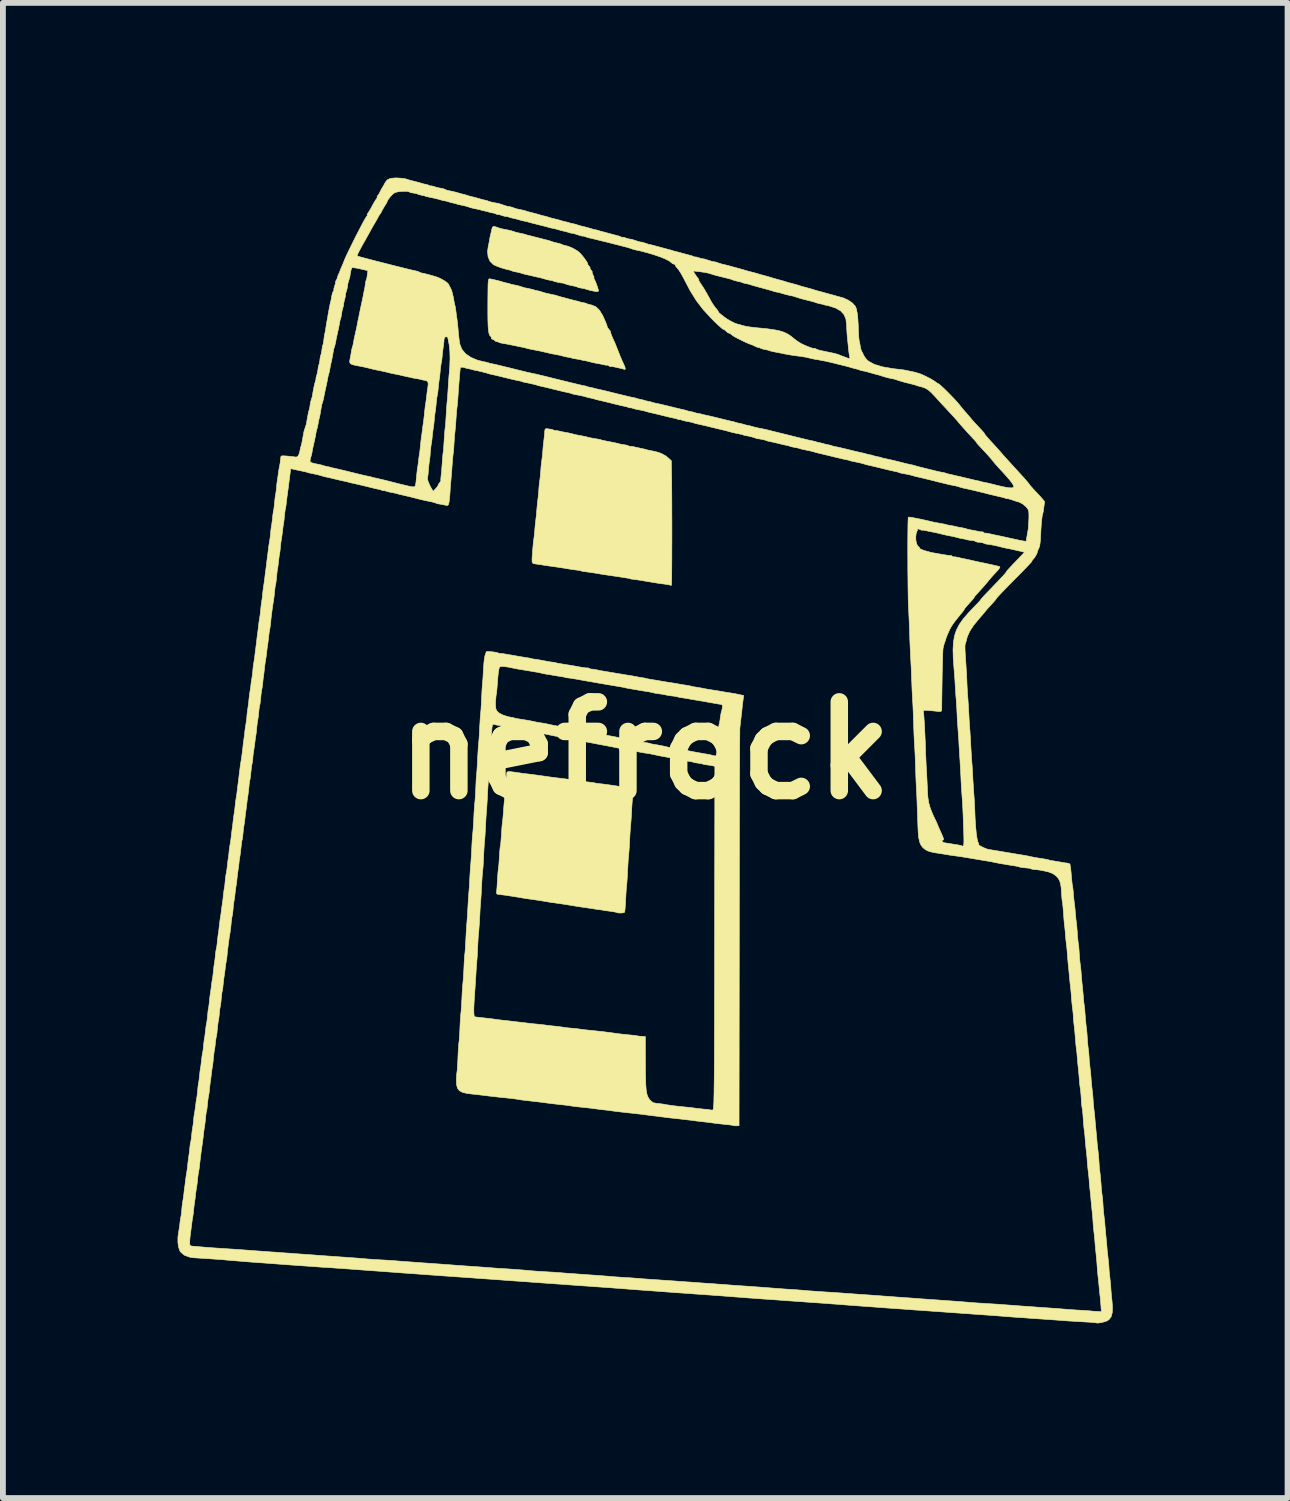
<source format=kicad_pcb>
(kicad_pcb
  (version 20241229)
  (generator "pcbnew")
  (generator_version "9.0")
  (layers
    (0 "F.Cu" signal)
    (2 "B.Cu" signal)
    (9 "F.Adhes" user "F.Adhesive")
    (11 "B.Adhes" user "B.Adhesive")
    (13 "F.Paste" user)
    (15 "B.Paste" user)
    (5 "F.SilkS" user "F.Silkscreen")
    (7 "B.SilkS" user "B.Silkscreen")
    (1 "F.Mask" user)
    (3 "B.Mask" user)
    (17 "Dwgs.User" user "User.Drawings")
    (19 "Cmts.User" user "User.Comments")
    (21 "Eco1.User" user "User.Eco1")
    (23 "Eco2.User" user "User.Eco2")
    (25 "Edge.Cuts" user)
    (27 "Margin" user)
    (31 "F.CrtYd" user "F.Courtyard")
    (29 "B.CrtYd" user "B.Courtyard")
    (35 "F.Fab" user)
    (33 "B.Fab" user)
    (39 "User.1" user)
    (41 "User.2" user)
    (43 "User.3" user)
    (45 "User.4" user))
  (footprint "nefrock"
    (layer "F.Cu")
    (at 8.022 9.835)
    (property "Reference" "nefrock" (at 0 0 0) (layer "F.SilkS") (effects (font (size 1.524 1.524) (thickness 0.3))))
    (attr through_hole)
    (fp_poly (pts (xy -2.569 -8.993) (xy -2.539 -8.983) (xy -2.496 -8.968) (xy -2.468 -8.959) (xy -2.464 -8.958) (xy -2.451 -8.956) (xy -2.425 -8.95) (xy -2.377 -8.941) (xy -2.342 -8.934) (xy -2.29 -8.922) (xy -2.249 -8.909) (xy -2.214 -8.897) (xy -2.197 -8.892) (xy -2.18 -8.889) (xy -2.162 -8.885) (xy -2.134 -8.879) (xy -2.074 -8.866) (xy -2.045 -8.859) (xy -2.04 -8.856) (xy -2.027 -8.851) (xy -2.015 -8.848) (xy -1.989 -8.842) (xy -1.939 -8.829) (xy -1.876 -8.813) (xy -1.809 -8.796) (xy -1.748 -8.78) (xy -1.703 -8.769) (xy -1.685 -8.764) (xy -1.661 -8.758) (xy -1.659 -8.758) (xy -1.639 -8.752) (xy -1.604 -8.739) (xy -1.55 -8.722) (xy -1.503 -8.712) (xy -1.46 -8.701) (xy -1.432 -8.691) (xy -1.399 -8.677) (xy -1.394 -8.676) (xy -1.314 -8.656) (xy -1.231 -8.62) (xy -1.158 -8.577) (xy -1.129 -8.554) (xy -1.092 -8.516) (xy -1.054 -8.47) (xy -1.02 -8.424) (xy -0.994 -8.385) (xy -0.982 -8.359) (xy -0.983 -8.354) (xy -0.979 -8.342) (xy -0.958 -8.316) (xy -0.94 -8.291) (xy -0.94 -8.28) (xy -0.94 -8.27) (xy -0.923 -8.247) (xy -0.904 -8.222) (xy -0.904 -8.213) (xy -0.905 -8.2) (xy -0.892 -8.168) (xy -0.889 -8.162) (xy -0.874 -8.128) (xy -0.873 -8.111) (xy -0.874 -8.111) (xy -0.875 -8.101) (xy -0.868 -8.09) (xy -0.854 -8.063) (xy -0.835 -8.017) (xy -0.816 -7.964) (xy -0.802 -7.917) (xy -0.796 -7.888) (xy -0.811 -7.878) (xy -0.857 -7.882) (xy -0.93 -7.897) (xy -0.948 -7.902) (xy -0.993 -7.914) (xy -1.021 -7.923) (xy -1.024 -7.925) (xy -1.039 -7.929) (xy -1.074 -7.935) (xy -1.075 -7.935) (xy -1.121 -7.944) (xy -1.151 -7.953) (xy -1.179 -7.964) (xy -1.209 -7.972) (xy -1.257 -7.981) (xy -1.265 -7.983) (xy -1.321 -7.996) (xy -1.366 -8.011) (xy -1.4 -8.023) (xy -1.414 -8.026) (xy -1.414 -8.026) (xy -1.428 -8.026) (xy -1.463 -8.032) (xy -1.506 -8.041) (xy -1.545 -8.05) (xy -1.566 -8.058) (xy -1.595 -8.068) (xy -1.626 -8.073) (xy -1.673 -8.082) (xy -1.72 -8.095) (xy -1.768 -8.109) (xy -1.805 -8.119) (xy -1.84 -8.126) (xy -1.893 -8.138) (xy -1.922 -8.145) (xy -1.978 -8.158) (xy -2.024 -8.168) (xy -2.039 -8.171) (xy -2.078 -8.181) (xy -2.123 -8.195) (xy -2.175 -8.209) (xy -2.218 -8.217) (xy -2.258 -8.225) (xy -2.279 -8.233) (xy -2.308 -8.245) (xy -2.344 -8.253) (xy -2.404 -8.268) (xy -2.473 -8.289) (xy -2.54 -8.314) (xy -2.591 -8.337) (xy -2.602 -8.343) (xy -2.659 -8.399) (xy -2.692 -8.477) (xy -2.701 -8.57) (xy -2.689 -8.653) (xy -2.676 -8.714) (xy -2.666 -8.771) (xy -2.657 -8.821) (xy -2.648 -8.859) (xy -2.648 -8.86) (xy -2.638 -8.9) (xy -2.631 -8.935) (xy -2.62 -8.979) (xy -2.603 -8.997) (xy -2.569 -8.993)) (stroke (width 0.01) (type solid)) (fill yes) (layer "F.SilkS"))
    (fp_poly (pts (xy -2.309 0.364) (xy -2.251 0.371) (xy -2.167 0.383) (xy -2.109 0.392) (xy -2.045 0.4) (xy -2.04 0.4) (xy -1.86 0.423) (xy -1.685 0.447) (xy -1.659 0.451) (xy -1.601 0.459) (xy -1.537 0.467) (xy -1.532 0.468) (xy -1.352 0.49) (xy -1.177 0.515) (xy -1.151 0.519) (xy -1.117 0.524) (xy -1.079 0.529) (xy -1.03 0.535) (xy -0.96 0.543) (xy -0.906 0.55) (xy -0.87 0.555) (xy -0.855 0.559) (xy -0.855 0.559) (xy -0.84 0.562) (xy -0.804 0.567) (xy -0.796 0.568) (xy -0.708 0.578) (xy -0.605 0.592) (xy -0.55 0.6) (xy -0.425 0.619) (xy -0.323 0.632) (xy -0.249 0.64) (xy -0.223 0.642) (xy -0.196 0.648) (xy -0.192 0.656) (xy -0.197 0.679) (xy -0.203 0.728) (xy -0.21 0.795) (xy -0.217 0.873) (xy -0.223 0.955) (xy -0.227 1.032) (xy -0.228 1.058) (xy -0.232 1.128) (xy -0.238 1.213) (xy -0.245 1.294) (xy -0.252 1.38) (xy -0.258 1.479) (xy -0.263 1.571) (xy -0.263 1.573) (xy -0.267 1.655) (xy -0.273 1.737) (xy -0.279 1.804) (xy -0.279 1.812) (xy -0.285 1.871) (xy -0.29 1.951) (xy -0.295 2.037) (xy -0.297 2.074) (xy -0.301 2.157) (xy -0.306 2.236) (xy -0.311 2.299) (xy -0.313 2.32) (xy -0.318 2.369) (xy -0.323 2.441) (xy -0.328 2.525) (xy -0.331 2.58) (xy -0.335 2.656) (xy -0.34 2.72) (xy -0.345 2.764) (xy -0.349 2.779) (xy -0.369 2.787) (xy -0.407 2.791) (xy -0.448 2.79) (xy -0.477 2.785) (xy -0.48 2.782) (xy -0.499 2.777) (xy -0.541 2.769) (xy -0.596 2.761) (xy -0.653 2.753) (xy -0.668 2.752) (xy -0.704 2.747) (xy -0.72 2.743) (xy -0.72 2.743) (xy -0.734 2.74) (xy -0.77 2.735) (xy -0.771 2.735) (xy -0.826 2.728) (xy -0.881 2.719) (xy -0.939 2.71) (xy -1.002 2.701) (xy -1.008 2.7) (xy -1.105 2.686) (xy -1.177 2.675) (xy -1.219 2.668) (xy -1.357 2.645) (xy -1.507 2.623) (xy -1.549 2.617) (xy -1.605 2.61) (xy -1.654 2.602) (xy -1.659 2.601) (xy -1.771 2.582) (xy -1.9 2.562) (xy -1.99 2.55) (xy -2.045 2.542) (xy -2.094 2.534) (xy -2.1 2.533) (xy -2.157 2.523) (xy -2.23 2.511) (xy -2.301 2.5) (xy -2.32 2.497) (xy -2.408 2.484) (xy -2.478 2.475) (xy -2.523 2.469) (xy -2.534 2.468) (xy -2.547 2.453) (xy -2.547 2.431) (xy -2.543 2.399) (xy -2.538 2.343) (xy -2.534 2.273) (xy -2.532 2.235) (xy -2.527 2.16) (xy -2.522 2.093) (xy -2.517 2.045) (xy -2.515 2.032) (xy -2.51 1.997) (xy -2.505 1.938) (xy -2.5 1.865) (xy -2.497 1.822) (xy -2.493 1.75) (xy -2.488 1.691) (xy -2.483 1.652) (xy -2.481 1.643) (xy -2.477 1.621) (xy -2.472 1.574) (xy -2.467 1.509) (xy -2.464 1.463) (xy -2.459 1.387) (xy -2.454 1.319) (xy -2.45 1.271) (xy -2.447 1.256) (xy -2.443 1.221) (xy -2.437 1.163) (xy -2.431 1.093) (xy -2.429 1.069) (xy -2.424 0.994) (xy -2.418 0.924) (xy -2.413 0.873) (xy -2.412 0.864) (xy -2.408 0.819) (xy -2.403 0.752) (xy -2.397 0.678) (xy -2.396 0.66) (xy -2.391 0.59) (xy -2.386 0.529) (xy -2.381 0.489) (xy -2.38 0.483) (xy -2.374 0.439) (xy -2.372 0.403) (xy -2.37 0.382) (xy -2.363 0.369) (xy -2.344 0.363) (xy -2.309 0.364)) (stroke (width 0.01) (type solid)) (fill yes) (layer "F.SilkS"))
    (fp_poly (pts (xy -1.676 -5.524) (xy -1.621 -5.516) (xy -1.589 -5.51) (xy -1.568 -5.501) (xy -1.562 -5.498) (xy -1.543 -5.49) (xy -1.541 -5.492) (xy -1.526 -5.494) (xy -1.49 -5.488) (xy -1.477 -5.485) (xy -1.416 -5.471) (xy -1.356 -5.46) (xy -1.355 -5.46) (xy -1.297 -5.449) (xy -1.245 -5.436) (xy -1.19 -5.422) (xy -1.135 -5.411) (xy -1.074 -5.4) (xy -1.016 -5.388) (xy -0.973 -5.377) (xy -0.946 -5.371) (xy -0.944 -5.371) (xy -0.927 -5.366) (xy -0.909 -5.363) (xy -0.872 -5.357) (xy -0.872 -5.357) (xy -0.802 -5.345) (xy -0.762 -5.337) (xy -0.754 -5.334) (xy -0.744 -5.33) (xy -0.711 -5.322) (xy -0.652 -5.31) (xy -0.565 -5.293) (xy -0.506 -5.281) (xy -0.47 -5.273) (xy -0.453 -5.269) (xy -0.449 -5.266) (xy -0.432 -5.262) (xy -0.384 -5.253) (xy -0.322 -5.244) (xy -0.284 -5.232) (xy -0.275 -5.227) (xy -0.256 -5.219) (xy -0.254 -5.221) (xy -0.239 -5.222) (xy -0.202 -5.217) (xy -0.182 -5.212) (xy -0.126 -5.2) (xy -0.077 -5.189) (xy -0.068 -5.187) (xy -0.012 -5.175) (xy 0.016 -5.169) (xy 0.025 -5.165) (xy 0.025 -5.165) (xy 0.04 -5.16) (xy 0.068 -5.155) (xy 0.189 -5.13) (xy 0.283 -5.099) (xy 0.358 -5.058) (xy 0.4 -5.024) (xy 0.454 -4.975) (xy 0.458 -4.752) (xy 0.46 -4.649) (xy 0.461 -4.527) (xy 0.462 -4.39) (xy 0.463 -4.242) (xy 0.463 -4.085) (xy 0.464 -3.923) (xy 0.464 -3.761) (xy 0.464 -3.601) (xy 0.463 -3.446) (xy 0.463 -3.302) (xy 0.462 -3.171) (xy 0.461 -3.056) (xy 0.46 -2.962) (xy 0.459 -2.891) (xy 0.457 -2.848) (xy 0.455 -2.835) (xy 0.437 -2.837) (xy 0.417 -2.844) (xy 0.375 -2.851) (xy 0.354 -2.854) (xy 0.227 -2.871) (xy 0.135 -2.886) (xy 0.076 -2.896) (xy -0.009 -2.91) (xy -0.093 -2.924) (xy -0.149 -2.932) (xy -0.197 -2.938) (xy -0.203 -2.939) (xy -0.235 -2.943) (xy -0.246 -2.946) (xy -0.251 -2.949) (xy -0.269 -2.953) (xy -0.305 -2.96) (xy -0.364 -2.969) (xy -0.45 -2.983) (xy -0.483 -2.988) (xy -0.534 -2.995) (xy -0.594 -3.004) (xy -0.601 -3.005) (xy -0.713 -3.021) (xy -0.819 -3.039) (xy -0.83 -3.041) (xy -0.873 -3.048) (xy -0.931 -3.056) (xy -0.948 -3.059) (xy -1.024 -3.069) (xy -1.073 -3.076) (xy -1.092 -3.082) (xy -1.092 -3.082) (xy -1.109 -3.087) (xy -1.156 -3.095) (xy -1.233 -3.105) (xy -1.236 -3.105) (xy -1.473 -3.143) (xy -1.518 -3.15) (xy -1.575 -3.158) (xy -1.583 -3.159) (xy -1.628 -3.165) (xy -1.673 -3.172) (xy -1.729 -3.18) (xy -1.807 -3.192) (xy -1.817 -3.194) (xy -1.867 -3.201) (xy -1.906 -3.207) (xy -1.91 -3.208) (xy -1.93 -3.22) (xy -1.937 -3.254) (xy -1.937 -3.278) (xy -1.933 -3.35) (xy -1.927 -3.435) (xy -1.919 -3.522) (xy -1.911 -3.597) (xy -1.905 -3.641) (xy -1.898 -3.693) (xy -1.892 -3.759) (xy -1.889 -3.793) (xy -1.883 -3.864) (xy -1.875 -3.935) (xy -1.872 -3.962) (xy -1.864 -4.026) (xy -1.858 -4.1) (xy -1.855 -4.132) (xy -1.849 -4.2) (xy -1.842 -4.267) (xy -1.839 -4.293) (xy -1.832 -4.347) (xy -1.825 -4.417) (xy -1.821 -4.472) (xy -1.816 -4.538) (xy -1.81 -4.598) (xy -1.805 -4.633) (xy -1.799 -4.674) (xy -1.793 -4.736) (xy -1.787 -4.806) (xy -1.787 -4.809) (xy -1.782 -4.877) (xy -1.775 -4.937) (xy -1.77 -4.977) (xy -1.77 -4.978) (xy -1.764 -5.018) (xy -1.758 -5.077) (xy -1.753 -5.131) (xy -1.747 -5.206) (xy -1.739 -5.282) (xy -1.734 -5.326) (xy -1.726 -5.39) (xy -1.721 -5.451) (xy -1.72 -5.469) (xy -1.715 -5.509) (xy -1.701 -5.524) (xy -1.676 -5.524)) (stroke (width 0.01) (type solid)) (fill yes) (layer "F.SilkS"))
    (fp_poly (pts (xy -2.664 -8.098) (xy -2.622 -8.09) (xy -2.565 -8.077) (xy -2.508 -8.063) (xy -2.465 -8.051) (xy -2.455 -8.048) (xy -2.417 -8.036) (xy -2.396 -8.031) (xy -2.343 -8.019) (xy -2.317 -8.013) (xy -2.311 -8.009) (xy -2.299 -8.005) (xy -2.259 -7.996) (xy -2.206 -7.986) (xy -2.151 -7.972) (xy -2.105 -7.957) (xy -2.07 -7.945) (xy -2.053 -7.941) (xy -2.045 -7.94) (xy -2.027 -7.937) (xy -1.998 -7.931) (xy -1.939 -7.918) (xy -1.909 -7.91) (xy -1.905 -7.908) (xy -1.891 -7.903) (xy -1.863 -7.897) (xy -1.814 -7.886) (xy -1.78 -7.876) (xy -1.761 -7.87) (xy -1.717 -7.856) (xy -1.647 -7.84) (xy -1.592 -7.828) (xy -1.543 -7.818) (xy -1.511 -7.809) (xy -1.49 -7.802) (xy -1.465 -7.794) (xy -1.416 -7.781) (xy -1.352 -7.764) (xy -1.284 -7.746) (xy -1.22 -7.729) (xy -1.169 -7.717) (xy -1.151 -7.713) (xy -1.129 -7.707) (xy -1.126 -7.705) (xy -1.12 -7.702) (xy -1.096 -7.696) (xy -1.049 -7.687) (xy -1.024 -7.682) (xy -0.994 -7.67) (xy -0.991 -7.668) (xy -0.963 -7.659) (xy -0.92 -7.649) (xy -0.914 -7.648) (xy -0.843 -7.619) (xy -0.781 -7.561) (xy -0.726 -7.471) (xy -0.718 -7.455) (xy -0.678 -7.365) (xy -0.654 -7.305) (xy -0.645 -7.274) (xy -0.647 -7.27) (xy -0.64 -7.258) (xy -0.618 -7.231) (xy -0.618 -7.231) (xy -0.596 -7.204) (xy -0.589 -7.191) (xy -0.59 -7.191) (xy -0.588 -7.173) (xy -0.572 -7.126) (xy -0.54 -7.052) (xy -0.536 -7.044) (xy -0.515 -6.999) (xy -0.502 -6.967) (xy -0.499 -6.96) (xy -0.491 -6.939) (xy -0.476 -6.9) (xy -0.458 -6.855) (xy -0.445 -6.824) (xy -0.434 -6.797) (xy -0.432 -6.79) (xy -0.417 -6.753) (xy -0.394 -6.699) (xy -0.367 -6.64) (xy -0.358 -6.621) (xy -0.341 -6.579) (xy -0.336 -6.55) (xy -0.338 -6.545) (xy -0.357 -6.543) (xy -0.358 -6.544) (xy -0.378 -6.552) (xy -0.407 -6.559) (xy -0.45 -6.568) (xy -0.506 -6.581) (xy -0.521 -6.584) (xy -0.564 -6.592) (xy -0.59 -6.593) (xy -0.593 -6.592) (xy -0.603 -6.593) (xy -0.618 -6.604) (xy -0.639 -6.617) (xy -0.643 -6.616) (xy -0.658 -6.614) (xy -0.694 -6.62) (xy -0.707 -6.623) (xy -0.768 -6.636) (xy -0.828 -6.647) (xy -0.83 -6.647) (xy -0.888 -6.659) (xy -0.94 -6.672) (xy -0.996 -6.686) (xy -1.041 -6.695) (xy -1.077 -6.701) (xy -1.092 -6.706) (xy -1.092 -6.706) (xy -1.107 -6.71) (xy -1.142 -6.716) (xy -1.143 -6.716) (xy -1.214 -6.728) (xy -1.253 -6.736) (xy -1.262 -6.74) (xy -1.276 -6.744) (xy -1.311 -6.75) (xy -1.312 -6.75) (xy -1.368 -6.761) (xy -1.414 -6.773) (xy -1.468 -6.787) (xy -1.524 -6.798) (xy -1.585 -6.809) (xy -1.643 -6.821) (xy -1.685 -6.832) (xy -1.713 -6.838) (xy -1.714 -6.838) (xy -1.731 -6.842) (xy -1.756 -6.848) (xy -1.801 -6.858) (xy -1.837 -6.865) (xy -1.925 -6.882) (xy -1.984 -6.894) (xy -2.02 -6.902) (xy -2.037 -6.907) (xy -2.04 -6.909) (xy -2.055 -6.913) (xy -2.074 -6.918) (xy -2.117 -6.926) (xy -2.17 -6.937) (xy -2.218 -6.947) (xy -2.244 -6.952) (xy -2.31 -6.966) (xy -2.389 -6.981) (xy -2.43 -6.987) (xy -2.478 -6.997) (xy -2.512 -7.009) (xy -2.516 -7.012) (xy -2.538 -7.021) (xy -2.543 -7.018) (xy -2.559 -7.022) (xy -2.574 -7.035) (xy -2.603 -7.057) (xy -2.619 -7.061) (xy -2.636 -7.069) (xy -2.634 -7.077) (xy -2.636 -7.099) (xy -2.642 -7.104) (xy -2.658 -7.118) (xy -2.671 -7.142) (xy -2.68 -7.178) (xy -2.687 -7.23) (xy -2.692 -7.302) (xy -2.695 -7.397) (xy -2.696 -7.52) (xy -2.696 -7.654) (xy -2.695 -7.789) (xy -2.694 -7.894) (xy -2.693 -7.972) (xy -2.691 -8.028) (xy -2.687 -8.064) (xy -2.682 -8.086) (xy -2.676 -8.096) (xy -2.668 -8.098) (xy -2.664 -8.098)) (stroke (width 0.01) (type solid)) (fill yes) (layer "F.SilkS"))
    (fp_poly (pts (xy -2.673 -1.698) (xy -2.623 -1.694) (xy -2.572 -1.687) (xy -2.53 -1.678) (xy -2.51 -1.67) (xy -2.492 -1.663) (xy -2.489 -1.664) (xy -2.474 -1.666) (xy -2.435 -1.662) (xy -2.4 -1.656) (xy -2.338 -1.645) (xy -2.281 -1.636) (xy -2.261 -1.632) (xy -2.208 -1.623) (xy -2.167 -1.616) (xy -2.122 -1.608) (xy -2.066 -1.599) (xy -2.061 -1.598) (xy -1.988 -1.587) (xy -1.948 -1.578) (xy -1.939 -1.575) (xy -1.924 -1.571) (xy -1.888 -1.567) (xy -1.885 -1.566) (xy -1.837 -1.56) (xy -1.774 -1.548) (xy -1.736 -1.541) (xy -1.672 -1.529) (xy -1.613 -1.519) (xy -1.587 -1.516) (xy -1.55 -1.511) (xy -1.533 -1.507) (xy -1.532 -1.507) (xy -1.518 -1.502) (xy -1.474 -1.494) (xy -1.411 -1.483) (xy -1.297 -1.465) (xy -1.211 -1.451) (xy -1.185 -1.446) (xy -1.093 -1.429) (xy -1.027 -1.419) (xy -0.99 -1.416) (xy -0.982 -1.419) (xy -0.971 -1.417) (xy -0.961 -1.411) (xy -0.926 -1.397) (xy -0.914 -1.397) (xy -0.881 -1.394) (xy -0.834 -1.386) (xy -0.83 -1.385) (xy -0.769 -1.372) (xy -0.711 -1.362) (xy -0.657 -1.353) (xy -0.61 -1.345) (xy -0.61 -1.345) (xy -0.562 -1.337) (xy -0.508 -1.328) (xy -0.508 -1.328) (xy -0.454 -1.319) (xy -0.407 -1.311) (xy -0.406 -1.311) (xy -0.36 -1.303) (xy -0.305 -1.294) (xy -0.3 -1.293) (xy -0.252 -1.286) (xy -0.219 -1.28) (xy -0.215 -1.28) (xy -0.139 -1.265) (xy -0.064 -1.252) (xy -0.025 -1.246) (xy 0.01 -1.24) (xy 0.025 -1.236) (xy 0.025 -1.236) (xy 0.042 -1.231) (xy 0.091 -1.222) (xy 0.147 -1.213) (xy 0.202 -1.204) (xy 0.25 -1.196) (xy 0.254 -1.195) (xy 0.278 -1.191) (xy 0.306 -1.186) (xy 0.348 -1.179) (xy 0.408 -1.169) (xy 0.483 -1.158) (xy 0.536 -1.149) (xy 0.576 -1.142) (xy 0.622 -1.134) (xy 0.677 -1.125) (xy 0.683 -1.124) (xy 0.756 -1.112) (xy 0.796 -1.104) (xy 0.804 -1.101) (xy 0.819 -1.097) (xy 0.854 -1.091) (xy 0.855 -1.091) (xy 0.919 -1.081) (xy 0.996 -1.067) (xy 1.045 -1.057) (xy 1.074 -1.052) (xy 1.12 -1.045) (xy 1.129 -1.043) (xy 1.234 -1.027) (xy 1.321 -1.012) (xy 1.355 -1.006) (xy 1.401 -0.998) (xy 1.456 -0.989) (xy 1.462 -0.989) (xy 1.509 -0.981) (xy 1.543 -0.975) (xy 1.546 -0.975) (xy 1.575 -0.969) (xy 1.621 -0.959) (xy 1.632 -0.957) (xy 1.697 -0.944) (xy 1.685 -0.857) (xy 1.676 -0.793) (xy 1.67 -0.732) (xy 1.668 -0.711) (xy 1.663 -0.659) (xy 1.655 -0.593) (xy 1.651 -0.559) (xy 1.642 -0.486) (xy 1.634 -0.41) (xy 1.631 -0.381) (xy 1.63 -0.356) (xy 1.63 -0.298) (xy 1.629 -0.21) (xy 1.628 -0.094) (xy 1.628 0.05) (xy 1.627 0.22) (xy 1.626 0.414) (xy 1.625 0.629) (xy 1.625 0.866) (xy 1.624 1.121) (xy 1.623 1.393) (xy 1.623 1.681) (xy 1.622 1.984) (xy 1.622 2.298) (xy 1.621 2.623) (xy 1.621 2.957) (xy 1.621 3.073) (xy 1.617 6.443) (xy 1.571 6.445) (xy 1.535 6.444) (xy 1.518 6.44) (xy 1.499 6.435) (xy 1.457 6.429) (xy 1.429 6.426) (xy 1.306 6.413) (xy 1.208 6.402) (xy 1.143 6.393) (xy 1.077 6.384) (xy 1.011 6.377) (xy 1.008 6.376) (xy 0.942 6.369) (xy 0.875 6.361) (xy 0.872 6.36) (xy 0.77 6.347) (xy 0.651 6.333) (xy 0.532 6.319) (xy 0.44 6.31) (xy 0.374 6.302) (xy 0.308 6.293) (xy 0.296 6.292) (xy 0.231 6.283) (xy 0.164 6.275) (xy 0.161 6.275) (xy 0.095 6.267) (xy 0.029 6.258) (xy 0.025 6.258) (xy -0.04 6.249) (xy -0.107 6.241) (xy -0.11 6.241) (xy -0.17 6.234) (xy -0.24 6.226) (xy -0.262 6.224) (xy -0.329 6.217) (xy -0.396 6.209) (xy -0.415 6.207) (xy -0.48 6.199) (xy -0.547 6.191) (xy -0.55 6.19) (xy -0.616 6.181) (xy -0.682 6.173) (xy -0.686 6.173) (xy -0.751 6.166) (xy -0.818 6.157) (xy -0.821 6.156) (xy -0.875 6.149) (xy -0.939 6.141) (xy -1.02 6.132) (xy -1.128 6.121) (xy -1.135 6.12) (xy -1.196 6.114) (xy -1.249 6.106) (xy -1.27 6.103) (xy -1.314 6.096) (xy -1.371 6.089) (xy -1.389 6.087) (xy -1.483 6.077) (xy -1.553 6.069) (xy -1.606 6.063) (xy -1.651 6.057) (xy -1.668 6.055) (xy -1.733 6.046) (xy -1.8 6.038) (xy -1.803 6.037) (xy -1.886 6.028) (xy -1.987 6.016) (xy -2.09 6.004) (xy -2.1 6.003) (xy -2.154 5.995) (xy -2.201 5.987) (xy -2.201 5.987) (xy -2.242 5.981) (xy -2.301 5.974) (xy -2.337 5.97) (xy -2.504 5.953) (xy -2.639 5.938) (xy -2.742 5.925) (xy -2.786 5.92) (xy -2.844 5.913) (xy -2.914 5.905) (xy -2.946 5.902) (xy -3.054 5.889) (xy -3.133 5.87) (xy -3.186 5.84) (xy -3.218 5.797) (xy -3.233 5.737) (xy -3.236 5.666) (xy -3.234 5.603) (xy -3.23 5.548) (xy -3.226 5.522) (xy -3.222 5.49) (xy -3.218 5.432) (xy -3.213 5.356) (xy -3.209 5.271) (xy -3.209 5.266) (xy -3.205 5.181) (xy -3.2 5.105) (xy -3.196 5.046) (xy -3.192 5.013) (xy -3.192 5.012) (xy -3.188 4.981) (xy -3.184 4.923) (xy -3.179 4.848) (xy -3.175 4.763) (xy -3.175 4.758) (xy -3.171 4.673) (xy -3.166 4.597) (xy -3.162 4.538) (xy -3.158 4.505) (xy -3.158 4.504) (xy -3.154 4.473) (xy -3.152 4.438) (xy -2.937 4.438) (xy -2.936 4.515) (xy -2.93 4.561) (xy -2.922 4.574) (xy -2.892 4.577) (xy -2.862 4.581) (xy -2.822 4.586) (xy -2.763 4.592) (xy -2.718 4.597) (xy -2.655 4.604) (xy -2.6 4.611) (xy -2.574 4.615) (xy -2.533 4.621) (xy -2.474 4.628) (xy -2.438 4.632) (xy -2.37 4.639) (xy -2.304 4.647) (xy -2.278 4.65) (xy -2.212 4.658) (xy -2.145 4.666) (xy -2.142 4.666) (xy -2.076 4.673) (xy -2.01 4.682) (xy -2.007 4.682) (xy -1.95 4.689) (xy -1.88 4.696) (xy -1.837 4.7) (xy -1.774 4.707) (xy -1.719 4.713) (xy -1.693 4.717) (xy -1.653 4.722) (xy -1.595 4.729) (xy -1.549 4.733) (xy -1.488 4.74) (xy -1.435 4.747) (xy -1.41 4.751) (xy -1.374 4.756) (xy -1.317 4.763) (xy -1.266 4.768) (xy -1.202 4.774) (xy -1.147 4.78) (xy -1.118 4.784) (xy -1.076 4.79) (xy -1.018 4.797) (xy -0.982 4.801) (xy -0.886 4.81) (xy -0.814 4.818) (xy -0.756 4.824) (xy -0.703 4.83) (xy -0.645 4.838) (xy -0.572 4.847) (xy -0.533 4.853) (xy -0.426 4.867) (xy -0.332 4.877) (xy -0.254 4.885) (xy -0.195 4.891) (xy -0.146 4.897) (xy -0.127 4.901) (xy -0.085 4.907) (xy -0.042 4.909) (xy 0.008 4.911) (xy 0.01 5.372) (xy 0.011 5.524) (xy 0.013 5.646) (xy 0.016 5.743) (xy 0.022 5.818) (xy 0.03 5.876) (xy 0.041 5.92) (xy 0.057 5.956) (xy 0.076 5.987) (xy 0.093 6.008) (xy 0.137 6.045) (xy 0.195 6.059) (xy 0.2 6.059) (xy 0.255 6.064) (xy 0.302 6.071) (xy 0.307 6.071) (xy 0.379 6.084) (xy 0.475 6.098) (xy 0.583 6.111) (xy 0.693 6.122) (xy 0.703 6.123) (xy 0.766 6.129) (xy 0.821 6.136) (xy 0.847 6.139) (xy 0.885 6.145) (xy 0.944 6.151) (xy 1.008 6.158) (xy 1.067 6.163) (xy 1.111 6.169) (xy 1.131 6.173) (xy 1.131 6.173) (xy 1.15 6.175) (xy 1.165 6.173) (xy 1.169 6.171) (xy 1.172 6.165) (xy 1.175 6.153) (xy 1.178 6.134) (xy 1.18 6.107) (xy 1.183 6.07) (xy 1.185 6.021) (xy 1.186 5.959) (xy 1.188 5.883) (xy 1.189 5.791) (xy 1.191 5.682) (xy 1.192 5.554) (xy 1.193 5.406) (xy 1.194 5.236) (xy 1.194 5.042) (xy 1.195 4.824) (xy 1.196 4.58) (xy 1.196 4.309) (xy 1.197 4.008) (xy 1.197 3.676) (xy 1.198 3.313) (xy 1.198 3.22) (xy 1.202 0.272) (xy 1.164 0.263) (xy 1.12 0.255) (xy 1.068 0.248) (xy 1.067 0.247) (xy 1.028 0.242) (xy 1.008 0.238) (xy 1.008 0.237) (xy 0.991 0.232) (xy 0.941 0.222) (xy 0.889 0.214) (xy 0.853 0.208) (xy 0.838 0.203) (xy 0.838 0.203) (xy 0.824 0.199) (xy 0.796 0.193) (xy 0.754 0.186) (xy 0.696 0.175) (xy 0.669 0.17) (xy 0.608 0.158) (xy 0.552 0.147) (xy 0.533 0.144) (xy 0.447 0.128) (xy 0.363 0.112) (xy 0.292 0.099) (xy 0.262 0.094) (xy 0.209 0.083) (xy 0.169 0.074) (xy 0.132 0.066) (xy 0.091 0.058) (xy 0.034 0.049) (xy 0 0.044) (xy -0.054 0.035) (xy -0.101 0.026) (xy -0.102 0.026) (xy -0.178 0.01) (xy -0.236 -0.001) (xy -0.288 -0.01) (xy -0.356 -0.021) (xy -0.402 -0.029) (xy -0.438 -0.036) (xy -0.457 -0.041) (xy -0.507 -0.051) (xy -0.55 -0.06) (xy -0.6 -0.069) (xy -0.66 -0.081) (xy -0.677 -0.084) (xy -0.782 -0.104) (xy -0.877 -0.122) (xy -0.953 -0.137) (xy -0.991 -0.143) (xy -1.044 -0.154) (xy -1.084 -0.163) (xy -1.131 -0.173) (xy -1.16 -0.178) (xy -1.202 -0.186) (xy -1.245 -0.193) (xy -1.291 -0.201) (xy -1.353 -0.212) (xy -1.389 -0.219) (xy -1.451 -0.23) (xy -1.509 -0.241) (xy -1.532 -0.245) (xy -1.585 -0.256) (xy -1.626 -0.264) (xy -1.67 -0.274) (xy -1.72 -0.283) (xy -1.786 -0.293) (xy -1.84 -0.303) (xy -1.88 -0.311) (xy -1.969 -0.33) (xy -2.088 -0.349) (xy -2.162 -0.361) (xy -2.202 -0.369) (xy -2.21 -0.373) (xy -2.226 -0.378) (xy -2.273 -0.386) (xy -2.332 -0.395) (xy -2.381 -0.403) (xy -2.418 -0.412) (xy -2.421 -0.413) (xy -2.454 -0.421) (xy -2.503 -0.43) (xy -2.512 -0.431) (xy -2.558 -0.439) (xy -2.588 -0.448) (xy -2.592 -0.449) (xy -2.606 -0.451) (xy -2.617 -0.432) (xy -2.625 -0.389) (xy -2.631 -0.316) (xy -2.632 -0.302) (xy -2.637 -0.225) (xy -2.644 -0.132) (xy -2.65 -0.039) (xy -2.652 -0.017) (xy -2.658 0.067) (xy -2.663 0.15) (xy -2.666 0.219) (xy -2.667 0.237) (xy -2.67 0.302) (xy -2.676 0.383) (xy -2.682 0.463) (xy -2.683 0.466) (xy -2.689 0.551) (xy -2.696 0.65) (xy -2.701 0.743) (xy -2.701 0.754) (xy -2.706 0.845) (xy -2.712 0.944) (xy -2.718 1.032) (xy -2.719 1.041) (xy -2.726 1.127) (xy -2.731 1.22) (xy -2.735 1.295) (xy -2.739 1.38) (xy -2.745 1.474) (xy -2.75 1.532) (xy -2.756 1.603) (xy -2.762 1.693) (xy -2.767 1.787) (xy -2.769 1.829) (xy -2.773 1.91) (xy -2.777 1.985) (xy -2.782 2.043) (xy -2.785 2.066) (xy -2.789 2.107) (xy -2.794 2.172) (xy -2.799 2.252) (xy -2.803 2.32) (xy -2.807 2.409) (xy -2.812 2.496) (xy -2.817 2.57) (xy -2.82 2.608) (xy -2.825 2.668) (xy -2.83 2.748) (xy -2.834 2.834) (xy -2.836 2.862) (xy -2.84 2.946) (xy -2.846 3.029) (xy -2.851 3.098) (xy -2.853 3.116) (xy -2.859 3.176) (xy -2.864 3.256) (xy -2.869 3.342) (xy -2.87 3.37) (xy -2.874 3.457) (xy -2.879 3.546) (xy -2.885 3.623) (xy -2.886 3.641) (xy -2.892 3.713) (xy -2.898 3.802) (xy -2.903 3.888) (xy -2.904 3.895) (xy -2.909 3.985) (xy -2.916 4.087) (xy -2.923 4.182) (xy -2.923 4.191) (xy -2.932 4.329) (xy -2.937 4.438) (xy -3.152 4.438) (xy -3.15 4.415) (xy -3.146 4.34) (xy -3.141 4.255) (xy -3.141 4.25) (xy -3.137 4.165) (xy -3.132 4.089) (xy -3.128 4.03) (xy -3.124 3.997) (xy -3.124 3.996) (xy -3.121 3.965) (xy -3.116 3.907) (xy -3.112 3.832) (xy -3.107 3.747) (xy -3.107 3.742) (xy -3.103 3.657) (xy -3.099 3.581) (xy -3.094 3.523) (xy -3.091 3.489) (xy -3.09 3.489) (xy -3.087 3.457) (xy -3.082 3.399) (xy -3.078 3.325) (xy -3.074 3.245) (xy -3.069 3.156) (xy -3.064 3.072) (xy -3.06 3.003) (xy -3.056 2.963) (xy -3.052 2.912) (xy -3.046 2.84) (xy -3.042 2.758) (xy -3.04 2.718) (xy -3.035 2.633) (xy -3.03 2.548) (xy -3.025 2.478) (xy -3.023 2.455) (xy -3.018 2.396) (xy -3.012 2.316) (xy -3.008 2.23) (xy -3.006 2.193) (xy -3.001 2.11) (xy -2.996 2.032) (xy -2.991 1.969) (xy -2.989 1.947) (xy -2.985 1.899) (xy -2.98 1.827) (xy -2.975 1.743) (xy -2.972 1.676) (xy -2.968 1.592) (xy -2.963 1.514) (xy -2.958 1.453) (xy -2.955 1.422) (xy -2.951 1.381) (xy -2.946 1.315) (xy -2.941 1.236) (xy -2.938 1.177) (xy -2.934 1.092) (xy -2.929 1.011) (xy -2.924 0.945) (xy -2.921 0.914) (xy -2.916 0.864) (xy -2.911 0.792) (xy -2.906 0.709) (xy -2.904 0.66) (xy -2.9 0.575) (xy -2.896 0.492) (xy -2.891 0.423) (xy -2.888 0.396) (xy -2.883 0.342) (xy -2.878 0.265) (xy -2.873 0.179) (xy -2.871 0.125) (xy -2.866 0.04) (xy -2.861 -0.041) (xy -2.856 -0.106) (xy -2.853 -0.135) (xy -2.848 -0.186) (xy -2.843 -0.259) (xy -2.839 -0.341) (xy -2.837 -0.381) (xy -2.832 -0.467) (xy -2.827 -0.552) (xy -2.821 -0.624) (xy -2.819 -0.647) (xy -2.813 -0.71) (xy -2.81 -0.762) (xy -2.565 -0.762) (xy -2.558 -0.715) (xy -2.542 -0.68) (xy -2.538 -0.674) (xy -2.496 -0.638) (xy -2.429 -0.605) (xy -2.345 -0.579) (xy -2.294 -0.569) (xy -2.259 -0.563) (xy -2.244 -0.559) (xy -2.244 -0.559) (xy -2.227 -0.553) (xy -2.179 -0.544) (xy -2.122 -0.535) (xy -1.997 -0.515) (xy -1.913 -0.498) (xy -1.869 -0.488) (xy -1.819 -0.479) (xy -1.753 -0.469) (xy -1.699 -0.459) (xy -1.659 -0.451) (xy -1.61 -0.44) (xy -1.566 -0.431) (xy -1.506 -0.42) (xy -1.431 -0.406) (xy -1.357 -0.393) (xy -1.304 -0.383) (xy -1.257 -0.374) (xy -1.203 -0.365) (xy -1.202 -0.365) (xy -1.141 -0.354) (xy -1.084 -0.341) (xy -1.04 -0.331) (xy -1.01 -0.325) (xy -1.008 -0.324) (xy -0.98 -0.32) (xy -0.94 -0.313) (xy -0.882 -0.304) (xy -0.838 -0.298) (xy -0.803 -0.292) (xy -0.787 -0.288) (xy -0.787 -0.288) (xy -0.773 -0.284) (xy -0.745 -0.278) (xy -0.703 -0.27) (xy -0.646 -0.26) (xy -0.618 -0.254) (xy -0.557 -0.242) (xy -0.501 -0.232) (xy -0.483 -0.228) (xy -0.381 -0.209) (xy -0.307 -0.196) (xy -0.253 -0.186) (xy -0.215 -0.179) (xy -0.195 -0.176) (xy -0.149 -0.167) (xy -0.119 -0.159) (xy -0.086 -0.151) (xy -0.037 -0.142) (xy -0.029 -0.141) (xy 0.04 -0.131) (xy 0.082 -0.123) (xy 0.093 -0.119) (xy 0.108 -0.113) (xy 0.155 -0.105) (xy 0.215 -0.095) (xy 0.277 -0.084) (xy 0.337 -0.071) (xy 0.339 -0.071) (xy 0.38 -0.061) (xy 0.405 -0.055) (xy 0.406 -0.055) (xy 0.427 -0.052) (xy 0.467 -0.045) (xy 0.474 -0.044) (xy 0.532 -0.035) (xy 0.584 -0.027) (xy 0.62 -0.021) (xy 0.635 -0.017) (xy 0.635 -0.017) (xy 0.649 -0.013) (xy 0.677 -0.007) (xy 0.719 0.001) (xy 0.777 0.011) (xy 0.804 0.017) (xy 0.895 0.034) (xy 0.964 0.046) (xy 1.025 0.057) (xy 1.058 0.062) (xy 1.111 0.071) (xy 1.153 0.082) (xy 1.158 0.084) (xy 1.205 0.095) (xy 1.229 0.084) (xy 1.238 0.046) (xy 1.239 0.044) (xy 1.244 -0.053) (xy 1.249 -0.152) (xy 1.256 -0.246) (xy 1.262 -0.329) (xy 1.268 -0.396) (xy 1.273 -0.44) (xy 1.277 -0.454) (xy 1.282 -0.476) (xy 1.29 -0.521) (xy 1.295 -0.559) (xy 1.303 -0.612) (xy 1.31 -0.65) (xy 1.314 -0.663) (xy 1.321 -0.685) (xy 1.329 -0.726) (xy 1.33 -0.731) (xy 1.332 -0.771) (xy 1.322 -0.788) (xy 1.309 -0.791) (xy 1.279 -0.795) (xy 1.226 -0.804) (xy 1.158 -0.816) (xy 1.126 -0.821) (xy 1.052 -0.835) (xy 0.984 -0.847) (xy 0.935 -0.855) (xy 0.923 -0.857) (xy 0.862 -0.867) (xy 0.79 -0.879) (xy 0.733 -0.89) (xy 0.704 -0.895) (xy 0.658 -0.902) (xy 0.649 -0.903) (xy 0.6 -0.911) (xy 0.563 -0.919) (xy 0.559 -0.921) (xy 0.527 -0.928) (xy 0.477 -0.935) (xy 0.457 -0.937) (xy 0.405 -0.944) (xy 0.364 -0.952) (xy 0.356 -0.954) (xy 0.324 -0.961) (xy 0.274 -0.969) (xy 0.254 -0.971) (xy 0.202 -0.978) (xy 0.161 -0.986) (xy 0.152 -0.989) (xy 0.119 -0.997) (xy 0.071 -1.006) (xy 0.068 -1.007) (xy 0.014 -1.015) (xy -0.034 -1.023) (xy -0.034 -1.023) (xy -0.081 -1.031) (xy -0.135 -1.04) (xy -0.135 -1.04) (xy -0.235 -1.057) (xy -0.309 -1.07) (xy -0.339 -1.077) (xy -0.374 -1.085) (xy -0.413 -1.092) (xy -0.468 -1.101) (xy -0.508 -1.108) (xy -0.562 -1.117) (xy -0.609 -1.125) (xy -0.61 -1.125) (xy -0.659 -1.133) (xy -0.703 -1.141) (xy -0.737 -1.147) (xy -0.797 -1.157) (xy -0.875 -1.171) (xy -0.961 -1.186) (xy -1.048 -1.201) (xy -1.128 -1.216) (xy -1.192 -1.227) (xy -1.21 -1.23) (xy -1.267 -1.239) (xy -1.312 -1.245) (xy -1.348 -1.249) (xy -1.363 -1.253) (xy -1.363 -1.253) (xy -1.379 -1.258) (xy -1.426 -1.267) (xy -1.485 -1.276) (xy -1.54 -1.285) (xy -1.588 -1.293) (xy -1.592 -1.294) (xy -1.639 -1.302) (xy -1.693 -1.31) (xy -1.695 -1.311) (xy -1.742 -1.319) (xy -1.777 -1.327) (xy -1.779 -1.328) (xy -1.812 -1.336) (xy -1.859 -1.345) (xy -1.863 -1.345) (xy -1.917 -1.354) (xy -1.964 -1.362) (xy -1.964 -1.362) (xy -2.011 -1.37) (xy -2.066 -1.379) (xy -2.066 -1.379) (xy -2.187 -1.399) (xy -2.278 -1.417) (xy -2.335 -1.429) (xy -2.378 -1.436) (xy -2.426 -1.442) (xy -2.437 -1.442) (xy -2.477 -1.443) (xy -2.497 -1.429) (xy -2.508 -1.391) (xy -2.508 -1.388) (xy -2.515 -1.345) (xy -2.522 -1.279) (xy -2.528 -1.202) (xy -2.531 -1.171) (xy -2.536 -1.097) (xy -2.542 -1.032) (xy -2.547 -0.987) (xy -2.549 -0.976) (xy -2.555 -0.94) (xy -2.56 -0.884) (xy -2.564 -0.83) (xy -2.565 -0.762) (xy -2.81 -0.762) (xy -2.808 -0.792) (xy -2.804 -0.877) (xy -2.803 -0.901) (xy -2.799 -0.986) (xy -2.794 -1.072) (xy -2.788 -1.145) (xy -2.787 -1.16) (xy -2.781 -1.225) (xy -2.776 -1.309) (xy -2.771 -1.396) (xy -2.769 -1.423) (xy -2.764 -1.5) (xy -2.756 -1.569) (xy -2.747 -1.62) (xy -2.743 -1.635) (xy -2.73 -1.672) (xy -2.724 -1.693) (xy -2.724 -1.693) (xy -2.71 -1.698) (xy -2.673 -1.698)) (stroke (width 0.01) (type solid)) (fill yes) (layer "F.SilkS"))
    (fp_poly (pts (xy -4.24 -9.829) (xy -4.172 -9.824) (xy -4.125 -9.818) (xy -4.086 -9.808) (xy -4.064 -9.8) (xy -4.033 -9.791) (xy -3.984 -9.778) (xy -3.954 -9.771) (xy -3.9 -9.757) (xy -3.857 -9.745) (xy -3.844 -9.741) (xy -3.805 -9.729) (xy -3.744 -9.716) (xy -3.734 -9.714) (xy -3.705 -9.702) (xy -3.696 -9.697) (xy -3.677 -9.69) (xy -3.675 -9.693) (xy -3.661 -9.694) (xy -3.631 -9.686) (xy -3.582 -9.67) (xy -3.534 -9.659) (xy -3.491 -9.651) (xy -3.463 -9.646) (xy -3.463 -9.646) (xy -3.433 -9.634) (xy -3.428 -9.631) (xy -3.398 -9.619) (xy -3.369 -9.612) (xy -3.296 -9.597) (xy -3.235 -9.582) (xy -3.2 -9.572) (xy -3.162 -9.56) (xy -3.141 -9.555) (xy -3.093 -9.544) (xy -3.056 -9.532) (xy -3.048 -9.529) (xy -3.017 -9.52) (xy -2.968 -9.507) (xy -2.938 -9.5) (xy -2.884 -9.486) (xy -2.841 -9.474) (xy -2.828 -9.47) (xy -2.789 -9.458) (xy -2.728 -9.445) (xy -2.718 -9.443) (xy -2.687 -9.431) (xy -2.684 -9.429) (xy -2.663 -9.422) (xy -2.624 -9.413) (xy -2.581 -9.404) (xy -2.546 -9.397) (xy -2.532 -9.397) (xy -2.532 -9.397) (xy -2.517 -9.393) (xy -2.479 -9.381) (xy -2.434 -9.366) (xy -2.383 -9.349) (xy -2.348 -9.34) (xy -2.337 -9.339) (xy -2.323 -9.338) (xy -2.287 -9.328) (xy -2.269 -9.322) (xy -2.225 -9.307) (xy -2.197 -9.298) (xy -2.193 -9.297) (xy -2.18 -9.295) (xy -2.162 -9.291) (xy -2.134 -9.285) (xy -2.085 -9.275) (xy -2.05 -9.265) (xy -2.032 -9.258) (xy -2.001 -9.249) (xy -1.952 -9.236) (xy -1.922 -9.229) (xy -1.868 -9.215) (xy -1.825 -9.203) (xy -1.812 -9.199) (xy -1.773 -9.187) (xy -1.753 -9.182) (xy -1.704 -9.171) (xy -1.667 -9.16) (xy -1.659 -9.157) (xy -1.629 -9.147) (xy -1.579 -9.134) (xy -1.549 -9.127) (xy -1.495 -9.114) (xy -1.453 -9.102) (xy -1.439 -9.097) (xy -1.401 -9.086) (xy -1.38 -9.081) (xy -1.327 -9.069) (xy -1.301 -9.062) (xy -1.295 -9.059) (xy -1.281 -9.055) (xy -1.253 -9.048) (xy -1.204 -9.038) (xy -1.169 -9.028) (xy -1.151 -9.021) (xy -1.121 -9.012) (xy -1.071 -8.999) (xy -1.041 -8.992) (xy -0.987 -8.978) (xy -0.945 -8.966) (xy -0.931 -8.962) (xy -0.893 -8.95) (xy -0.872 -8.945) (xy -0.819 -8.934) (xy -0.793 -8.927) (xy -0.787 -8.924) (xy -0.774 -8.919) (xy -0.762 -8.916) (xy -0.734 -8.909) (xy -0.684 -8.896) (xy -0.62 -8.878) (xy -0.601 -8.873) (xy -0.537 -8.856) (xy -0.484 -8.842) (xy -0.453 -8.834) (xy -0.449 -8.833) (xy -0.42 -8.822) (xy -0.411 -8.817) (xy -0.392 -8.81) (xy -0.389 -8.812) (xy -0.375 -8.812) (xy -0.34 -8.803) (xy -0.322 -8.797) (xy -0.28 -8.784) (xy -0.256 -8.779) (xy -0.254 -8.78) (xy -0.24 -8.778) (xy -0.202 -8.768) (xy -0.161 -8.755) (xy -0.111 -8.738) (xy -0.077 -8.73) (xy -0.068 -8.729) (xy -0.054 -8.728) (xy -0.018 -8.718) (xy 0.000236 -8.712) (xy 0.044 -8.697) (xy 0.072 -8.688) (xy 0.076 -8.687) (xy 0.089 -8.686) (xy 0.107 -8.681) (xy 0.119 -8.679) (xy 0.146 -8.672) (xy 0.197 -8.658) (xy 0.261 -8.641) (xy 0.279 -8.636) (xy 0.345 -8.618) (xy 0.401 -8.603) (xy 0.435 -8.594) (xy 0.44 -8.593) (xy 0.463 -8.587) (xy 0.466 -8.585) (xy 0.479 -8.58) (xy 0.491 -8.577) (xy 0.519 -8.57) (xy 0.569 -8.557) (xy 0.633 -8.54) (xy 0.652 -8.534) (xy 0.717 -8.517) (xy 0.769 -8.503) (xy 0.8 -8.495) (xy 0.804 -8.494) (xy 0.833 -8.483) (xy 0.842 -8.478) (xy 0.861 -8.471) (xy 0.864 -8.473) (xy 0.878 -8.474) (xy 0.913 -8.464) (xy 0.931 -8.458) (xy 0.973 -8.445) (xy 0.997 -8.44) (xy 0.999 -8.441) (xy 1.014 -8.44) (xy 1.051 -8.429) (xy 1.092 -8.416) (xy 1.142 -8.4) (xy 1.176 -8.391) (xy 1.185 -8.391) (xy 1.199 -8.39) (xy 1.235 -8.38) (xy 1.253 -8.373) (xy 1.297 -8.359) (xy 1.325 -8.35) (xy 1.33 -8.349) (xy 1.342 -8.347) (xy 1.36 -8.343) (xy 1.372 -8.34) (xy 1.399 -8.333) (xy 1.45 -8.32) (xy 1.514 -8.302) (xy 1.532 -8.297) (xy 1.597 -8.28) (xy 1.65 -8.265) (xy 1.681 -8.257) (xy 1.685 -8.256) (xy 1.715 -8.246) (xy 1.727 -8.242) (xy 1.758 -8.233) (xy 1.807 -8.22) (xy 1.837 -8.213) (xy 1.891 -8.199) (xy 1.934 -8.187) (xy 1.947 -8.183) (xy 1.975 -8.173) (xy 1.981 -8.171) (xy 2.016 -8.163) (xy 2.067 -8.149) (xy 2.121 -8.134) (xy 2.165 -8.121) (xy 2.184 -8.115) (xy 2.212 -8.106) (xy 2.218 -8.104) (xy 2.253 -8.095) (xy 2.304 -8.081) (xy 2.358 -8.066) (xy 2.402 -8.054) (xy 2.421 -8.047) (xy 2.449 -8.038) (xy 2.455 -8.036) (xy 2.49 -8.027) (xy 2.541 -8.014) (xy 2.595 -7.999) (xy 2.639 -7.986) (xy 2.659 -7.98) (xy 2.686 -7.97) (xy 2.692 -7.968) (xy 2.726 -7.96) (xy 2.777 -7.946) (xy 2.83 -7.931) (xy 2.875 -7.919) (xy 2.896 -7.912) (xy 2.929 -7.901) (xy 2.938 -7.899) (xy 2.961 -7.892) (xy 3.008 -7.88) (xy 3.07 -7.863) (xy 3.09 -7.857) (xy 3.156 -7.839) (xy 3.212 -7.824) (xy 3.246 -7.815) (xy 3.251 -7.814) (xy 3.274 -7.808) (xy 3.277 -7.806) (xy 3.29 -7.801) (xy 3.305 -7.798) (xy 3.405 -7.771) (xy 3.494 -7.73) (xy 3.565 -7.681) (xy 3.613 -7.627) (xy 3.631 -7.585) (xy 3.637 -7.552) (xy 3.647 -7.506) (xy 3.647 -7.501) (xy 3.653 -7.46) (xy 3.658 -7.395) (xy 3.663 -7.315) (xy 3.665 -7.254) (xy 3.668 -7.175) (xy 3.672 -7.106) (xy 3.677 -7.055) (xy 3.68 -7.034) (xy 3.689 -6.996) (xy 3.698 -6.945) (xy 3.699 -6.935) (xy 3.709 -6.888) (xy 3.722 -6.855) (xy 3.724 -6.851) (xy 3.741 -6.822) (xy 3.743 -6.816) (xy 3.759 -6.781) (xy 3.787 -6.738) (xy 3.818 -6.702) (xy 3.827 -6.693) (xy 3.852 -6.677) (xy 3.89 -6.656) (xy 3.929 -6.635) (xy 3.96 -6.622) (xy 3.971 -6.619) (xy 3.985 -6.617) (xy 4.018 -6.605) (xy 4.02 -6.605) (xy 4.072 -6.589) (xy 4.129 -6.577) (xy 4.13 -6.577) (xy 4.184 -6.569) (xy 4.232 -6.56) (xy 4.233 -6.56) (xy 4.276 -6.554) (xy 4.334 -6.547) (xy 4.36 -6.544) (xy 4.42 -6.537) (xy 4.471 -6.529) (xy 4.487 -6.526) (xy 4.54 -6.514) (xy 4.572 -6.508) (xy 4.628 -6.496) (xy 4.657 -6.489) (xy 4.665 -6.485) (xy 4.679 -6.481) (xy 4.696 -6.477) (xy 4.732 -6.465) (xy 4.785 -6.442) (xy 4.847 -6.412) (xy 4.908 -6.38) (xy 4.959 -6.35) (xy 4.991 -6.328) (xy 4.996 -6.324) (xy 5.023 -6.303) (xy 5.036 -6.299) (xy 5.054 -6.288) (xy 5.09 -6.256) (xy 5.139 -6.211) (xy 5.195 -6.156) (xy 5.254 -6.096) (xy 5.31 -6.038) (xy 5.358 -5.986) (xy 5.393 -5.945) (xy 5.399 -5.937) (xy 5.43 -5.898) (xy 5.473 -5.846) (xy 5.507 -5.808) (xy 5.55 -5.758) (xy 5.588 -5.714) (xy 5.607 -5.69) (xy 5.632 -5.661) (xy 5.673 -5.616) (xy 5.722 -5.564) (xy 5.736 -5.549) (xy 5.782 -5.5) (xy 5.816 -5.461) (xy 5.834 -5.437) (xy 5.835 -5.433) (xy 5.845 -5.417) (xy 5.874 -5.382) (xy 5.917 -5.334) (xy 5.961 -5.286) (xy 6.015 -5.227) (xy 6.062 -5.175) (xy 6.097 -5.136) (xy 6.112 -5.119) (xy 6.122 -5.107) (xy 6.135 -5.091) (xy 6.156 -5.067) (xy 6.186 -5.034) (xy 6.228 -4.988) (xy 6.285 -4.925) (xy 6.359 -4.844) (xy 6.453 -4.741) (xy 6.462 -4.731) (xy 6.516 -4.672) (xy 6.56 -4.621) (xy 6.59 -4.585) (xy 6.602 -4.568) (xy 6.602 -4.568) (xy 6.614 -4.551) (xy 6.645 -4.516) (xy 6.689 -4.467) (xy 6.735 -4.418) (xy 6.788 -4.362) (xy 6.829 -4.315) (xy 6.856 -4.282) (xy 6.864 -4.27) (xy 6.86 -4.248) (xy 6.854 -4.204) (xy 6.849 -4.166) (xy 6.842 -4.112) (xy 6.834 -4.073) (xy 6.83 -4.06) (xy 6.823 -4.032) (xy 6.815 -3.977) (xy 6.808 -3.899) (xy 6.801 -3.805) (xy 6.798 -3.742) (xy 6.793 -3.644) (xy 6.787 -3.572) (xy 6.78 -3.521) (xy 6.769 -3.483) (xy 6.756 -3.453) (xy 6.741 -3.424) (xy 6.738 -3.412) (xy 6.738 -3.4) (xy 6.725 -3.37) (xy 6.705 -3.333) (xy 6.682 -3.3) (xy 6.673 -3.29) (xy 6.649 -3.261) (xy 6.642 -3.244) (xy 6.642 -3.244) (xy 6.632 -3.23) (xy 6.6 -3.196) (xy 6.551 -3.144) (xy 6.488 -3.078) (xy 6.412 -3.001) (xy 6.334 -2.922) (xy 6.251 -2.838) (xy 6.177 -2.762) (xy 6.116 -2.699) (xy 6.069 -2.649) (xy 6.041 -2.618) (xy 6.033 -2.608) (xy 6.028 -2.596) (xy 6.004 -2.567) (xy 5.966 -2.524) (xy 5.956 -2.513) (xy 5.909 -2.462) (xy 5.869 -2.417) (xy 5.843 -2.386) (xy 5.842 -2.384) (xy 5.817 -2.354) (xy 5.779 -2.309) (xy 5.744 -2.269) (xy 5.646 -2.15) (xy 5.578 -2.046) (xy 5.537 -1.955) (xy 5.527 -1.918) (xy 5.515 -1.87) (xy 5.506 -1.842) (xy 5.5 -1.824) (xy 5.497 -1.804) (xy 5.496 -1.775) (xy 5.497 -1.733) (xy 5.5 -1.673) (xy 5.505 -1.588) (xy 5.511 -1.507) (xy 5.517 -1.412) (xy 5.523 -1.31) (xy 5.528 -1.217) (xy 5.529 -1.185) (xy 5.533 -1.093) (xy 5.539 -0.989) (xy 5.546 -0.897) (xy 5.552 -0.809) (xy 5.558 -0.713) (xy 5.562 -0.63) (xy 5.563 -0.627) (xy 5.567 -0.544) (xy 5.573 -0.448) (xy 5.579 -0.359) (xy 5.58 -0.356) (xy 5.586 -0.267) (xy 5.592 -0.171) (xy 5.596 -0.088) (xy 5.596 -0.085) (xy 5.601 -0.002) (xy 5.607 0.094) (xy 5.613 0.183) (xy 5.613 0.186) (xy 5.62 0.275) (xy 5.626 0.371) (xy 5.63 0.454) (xy 5.63 0.457) (xy 5.635 0.54) (xy 5.641 0.635) (xy 5.647 0.725) (xy 5.647 0.728) (xy 5.654 0.819) (xy 5.66 0.918) (xy 5.664 1.006) (xy 5.664 1.008) (xy 5.671 1.18) (xy 5.681 1.324) (xy 5.692 1.438) (xy 5.705 1.522) (xy 5.719 1.574) (xy 5.726 1.587) (xy 5.735 1.605) (xy 5.73 1.609) (xy 5.724 1.615) (xy 5.742 1.629) (xy 5.776 1.649) (xy 5.819 1.67) (xy 5.862 1.688) (xy 5.898 1.699) (xy 5.902 1.7) (xy 6.005 1.716) (xy 6.095 1.731) (xy 6.13 1.737) (xy 6.177 1.745) (xy 6.231 1.754) (xy 6.231 1.754) (xy 6.286 1.763) (xy 6.333 1.771) (xy 6.333 1.771) (xy 6.38 1.779) (xy 6.434 1.788) (xy 6.435 1.788) (xy 6.502 1.799) (xy 6.548 1.807) (xy 6.585 1.814) (xy 6.604 1.819) (xy 6.699 1.838) (xy 6.812 1.856) (xy 6.886 1.868) (xy 6.926 1.876) (xy 6.934 1.88) (xy 6.951 1.885) (xy 7.001 1.894) (xy 7.056 1.903) (xy 7.111 1.912) (xy 7.159 1.921) (xy 7.163 1.921) (xy 7.214 1.93) (xy 7.252 1.934) (xy 7.286 1.942) (xy 7.3 1.955) (xy 7.304 1.986) (xy 7.308 2.007) (xy 7.312 2.04) (xy 7.318 2.095) (xy 7.323 2.161) (xy 7.324 2.167) (xy 7.33 2.233) (xy 7.336 2.287) (xy 7.341 2.32) (xy 7.341 2.322) (xy 7.347 2.352) (xy 7.353 2.404) (xy 7.357 2.457) (xy 7.363 2.525) (xy 7.37 2.589) (xy 7.374 2.625) (xy 7.381 2.675) (xy 7.388 2.742) (xy 7.391 2.787) (xy 7.397 2.852) (xy 7.403 2.91) (xy 7.407 2.939) (xy 7.412 2.979) (xy 7.418 3.041) (xy 7.424 3.114) (xy 7.425 3.133) (xy 7.431 3.206) (xy 7.437 3.272) (xy 7.443 3.32) (xy 7.444 3.327) (xy 7.45 3.371) (xy 7.455 3.433) (xy 7.459 3.496) (xy 7.464 3.567) (xy 7.47 3.632) (xy 7.476 3.674) (xy 7.482 3.724) (xy 7.489 3.79) (xy 7.493 3.844) (xy 7.499 3.917) (xy 7.505 3.989) (xy 7.51 4.03) (xy 7.516 4.092) (xy 7.523 4.166) (xy 7.527 4.209) (xy 7.532 4.274) (xy 7.538 4.333) (xy 7.542 4.362) (xy 7.548 4.402) (xy 7.554 4.464) (xy 7.559 4.536) (xy 7.561 4.555) (xy 7.566 4.628) (xy 7.573 4.695) (xy 7.578 4.742) (xy 7.579 4.75) (xy 7.585 4.793) (xy 7.591 4.856) (xy 7.595 4.916) (xy 7.6 4.993) (xy 7.607 5.071) (xy 7.613 5.119) (xy 7.621 5.189) (xy 7.627 5.26) (xy 7.628 5.283) (xy 7.633 5.349) (xy 7.641 5.422) (xy 7.643 5.444) (xy 7.651 5.509) (xy 7.658 5.587) (xy 7.662 5.639) (xy 7.668 5.714) (xy 7.676 5.79) (xy 7.681 5.834) (xy 7.689 5.903) (xy 7.695 5.975) (xy 7.696 5.994) (xy 7.7 6.054) (xy 7.707 6.128) (xy 7.713 6.181) (xy 7.721 6.249) (xy 7.727 6.313) (xy 7.73 6.35) (xy 7.734 6.397) (xy 7.74 6.463) (xy 7.747 6.535) (xy 7.747 6.536) (xy 7.754 6.608) (xy 7.76 6.674) (xy 7.764 6.722) (xy 7.764 6.723) (xy 7.769 6.776) (xy 7.776 6.841) (xy 7.78 6.869) (xy 7.787 6.935) (xy 7.794 7.015) (xy 7.798 7.073) (xy 7.802 7.14) (xy 7.808 7.202) (xy 7.813 7.239) (xy 7.818 7.28) (xy 7.824 7.342) (xy 7.83 7.415) (xy 7.832 7.434) (xy 7.837 7.507) (xy 7.843 7.573) (xy 7.849 7.621) (xy 7.85 7.628) (xy 7.856 7.672) (xy 7.862 7.735) (xy 7.866 7.795) (xy 7.871 7.871) (xy 7.878 7.949) (xy 7.884 7.998) (xy 7.892 8.063) (xy 7.898 8.124) (xy 7.899 8.145) (xy 7.903 8.192) (xy 7.909 8.258) (xy 7.916 8.33) (xy 7.916 8.331) (xy 7.923 8.403) (xy 7.929 8.469) (xy 7.933 8.517) (xy 7.933 8.517) (xy 7.937 8.567) (xy 7.944 8.633) (xy 7.95 8.687) (xy 7.958 8.759) (xy 7.965 8.831) (xy 7.968 8.873) (xy 7.972 8.934) (xy 7.979 9.008) (xy 7.984 9.051) (xy 7.992 9.125) (xy 7.999 9.201) (xy 8.001 9.237) (xy 8.006 9.302) (xy 8.013 9.38) (xy 8.019 9.432) (xy 8.029 9.556) (xy 8.025 9.653) (xy 8.005 9.724) (xy 7.969 9.772) (xy 7.937 9.793) (xy 7.893 9.809) (xy 7.841 9.822) (xy 7.793 9.83) (xy 7.759 9.831) (xy 7.751 9.828) (xy 7.733 9.825) (xy 7.687 9.821) (xy 7.622 9.816) (xy 7.551 9.812) (xy 7.465 9.807) (xy 7.383 9.802) (xy 7.316 9.798) (xy 7.281 9.796) (xy 7.132 9.785) (xy 6.996 9.775) (xy 6.879 9.767) (xy 6.807 9.762) (xy 6.728 9.757) (xy 6.638 9.751) (xy 6.579 9.746) (xy 6.497 9.74) (xy 6.403 9.734) (xy 6.333 9.729) (xy 6.254 9.723) (xy 6.173 9.717) (xy 6.113 9.712) (xy 6.048 9.707) (xy 5.967 9.701) (xy 5.886 9.695) (xy 5.884 9.695) (xy 5.8 9.689) (xy 5.712 9.683) (xy 5.639 9.678) (xy 5.562 9.672) (xy 5.473 9.666) (xy 5.402 9.661) (xy 5.319 9.655) (xy 5.23 9.649) (xy 5.165 9.644) (xy 5.025 9.634) (xy 4.87 9.623) (xy 4.719 9.612) (xy 4.665 9.609) (xy 4.583 9.603) (xy 4.493 9.596) (xy 4.437 9.592) (xy 4.362 9.587) (xy 4.273 9.581) (xy 4.191 9.575) (xy 4.111 9.569) (xy 4.029 9.563) (xy 3.964 9.558) (xy 3.962 9.558) (xy 3.896 9.553) (xy 3.814 9.547) (xy 3.742 9.542) (xy 3.593 9.531) (xy 3.457 9.521) (xy 3.344 9.512) (xy 3.294 9.508) (xy 3.234 9.504) (xy 3.156 9.498) (xy 3.077 9.492) (xy 3.073 9.492) (xy 2.989 9.486) (xy 2.901 9.48) (xy 2.828 9.475) (xy 2.708 9.466) (xy 2.567 9.456) (xy 2.42 9.446) (xy 2.328 9.439) (xy 2.246 9.433) (xy 2.157 9.427) (xy 2.1 9.423) (xy 2.025 9.418) (xy 1.936 9.411) (xy 1.854 9.405) (xy 1.776 9.4) (xy 1.698 9.394) (xy 1.637 9.389) (xy 1.634 9.389) (xy 1.529 9.381) (xy 1.437 9.374) (xy 1.349 9.367) (xy 1.258 9.36) (xy 1.155 9.353) (xy 1.031 9.344) (xy 0.94 9.338) (xy 0.857 9.332) (xy 0.768 9.325) (xy 0.711 9.321) (xy 0.637 9.316) (xy 0.548 9.31) (xy 0.466 9.304) (xy 0.385 9.298) (xy 0.304 9.292) (xy 0.239 9.287) (xy 0.237 9.287) (xy 0.171 9.282) (xy 0.089 9.276) (xy 0.017 9.271) (xy -0.133 9.26) (xy -0.268 9.25) (xy -0.381 9.241) (xy -0.432 9.237) (xy -0.492 9.233) (xy -0.569 9.227) (xy -0.648 9.221) (xy -0.652 9.221) (xy -0.736 9.215) (xy -0.825 9.209) (xy -0.897 9.204) (xy -0.974 9.198) (xy -1.064 9.192) (xy -1.135 9.187) (xy -1.218 9.181) (xy -1.307 9.175) (xy -1.372 9.17) (xy -1.448 9.164) (xy -1.538 9.158) (xy -1.609 9.153) (xy -1.692 9.147) (xy -1.781 9.141) (xy -1.846 9.136) (xy -1.923 9.131) (xy -2.012 9.124) (xy -2.083 9.119) (xy -2.166 9.113) (xy -2.255 9.107) (xy -2.32 9.102) (xy -2.397 9.097) (xy -2.486 9.09) (xy -2.557 9.085) (xy -2.64 9.079) (xy -2.729 9.073) (xy -2.794 9.068) (xy -2.934 9.058) (xy -3.089 9.047) (xy -3.239 9.037) (xy -3.294 9.033) (xy -3.376 9.027) (xy -3.465 9.021) (xy -3.522 9.017) (xy -3.599 9.011) (xy -3.688 9.005) (xy -3.759 9) (xy -3.842 8.994) (xy -3.931 8.987) (xy -3.996 8.983) (xy -4.071 8.977) (xy -4.16 8.971) (xy -4.242 8.965) (xy -4.322 8.959) (xy -4.403 8.953) (xy -4.469 8.948) (xy -4.47 8.948) (xy -4.537 8.943) (xy -4.619 8.937) (xy -4.691 8.932) (xy -4.831 8.922) (xy -4.965 8.912) (xy -5.084 8.903) (xy -5.139 8.899) (xy -5.195 8.895) (xy -5.272 8.89) (xy -5.355 8.884) (xy -5.385 8.882) (xy -5.472 8.877) (xy -5.561 8.871) (xy -5.638 8.865) (xy -5.656 8.864) (xy -5.954 8.843) (xy -6.138 8.83) (xy -6.219 8.824) (xy -6.3 8.818) (xy -6.365 8.813) (xy -6.367 8.813) (xy -6.433 8.808) (xy -6.515 8.802) (xy -6.587 8.797) (xy -6.668 8.791) (xy -6.753 8.785) (xy -6.816 8.78) (xy -6.889 8.774) (xy -6.975 8.767) (xy -7.036 8.762) (xy -7.11 8.756) (xy -7.183 8.75) (xy -7.231 8.745) (xy -7.282 8.741) (xy -7.355 8.736) (xy -7.436 8.73) (xy -7.468 8.728) (xy -7.586 8.721) (xy -7.674 8.715) (xy -7.736 8.711) (xy -7.775 8.708) (xy -7.794 8.705) (xy -7.798 8.704) (xy -7.812 8.699) (xy -7.827 8.696) (xy -7.907 8.666) (xy -7.968 8.615) (xy -7.985 8.589) (xy -8.006 8.527) (xy -8.017 8.45) (xy -7.815 8.45) (xy -7.812 8.49) (xy -7.796 8.507) (xy -7.758 8.512) (xy -7.755 8.512) (xy -7.701 8.516) (xy -7.636 8.522) (xy -7.612 8.524) (xy -7.555 8.529) (xy -7.479 8.535) (xy -7.396 8.541) (xy -7.366 8.543) (xy -7.169 8.556) (xy -6.976 8.569) (xy -6.798 8.582) (xy -6.655 8.593) (xy -6.578 8.598) (xy -6.489 8.605) (xy -6.418 8.61) (xy -6.335 8.615) (xy -6.246 8.622) (xy -6.181 8.627) (xy -6.104 8.632) (xy -6.014 8.639) (xy -5.944 8.644) (xy -5.86 8.65) (xy -5.772 8.656) (xy -5.707 8.661) (xy -5.586 8.67) (xy -5.449 8.68) (xy -5.313 8.689) (xy -5.224 8.696) (xy -5.09 8.705) (xy -4.985 8.713) (xy -4.905 8.719) (xy -4.845 8.724) (xy -4.801 8.728) (xy -4.801 8.728) (xy -4.755 8.732) (xy -4.686 8.737) (xy -4.605 8.742) (xy -4.555 8.745) (xy -4.469 8.75) (xy -4.383 8.755) (xy -4.312 8.76) (xy -4.284 8.762) (xy -4.203 8.769) (xy -4.092 8.777) (xy -3.953 8.787) (xy -3.792 8.799) (xy -3.612 8.811) (xy -3.59 8.813) (xy -3.508 8.819) (xy -3.418 8.826) (xy -3.37 8.829) (xy -3.231 8.84) (xy -3.062 8.852) (xy -2.87 8.865) (xy -2.79 8.871) (xy -2.708 8.877) (xy -2.643 8.882) (xy -2.642 8.882) (xy -2.58 8.887) (xy -2.499 8.893) (xy -2.415 8.898) (xy -2.396 8.899) (xy -2.262 8.908) (xy -2.152 8.916) (xy -2.054 8.924) (xy -1.981 8.931) (xy -1.921 8.936) (xy -1.841 8.942) (xy -1.755 8.947) (xy -1.727 8.949) (xy -1.643 8.954) (xy -1.56 8.959) (xy -1.491 8.964) (xy -1.473 8.965) (xy -1.39 8.972) (xy -1.285 8.98) (xy -1.17 8.988) (xy -1.056 8.996) (xy -0.991 9.001) (xy -0.876 9.009) (xy -0.763 9.017) (xy -0.661 9.025) (xy -0.579 9.032) (xy -0.559 9.034) (xy -0.507 9.038) (xy -0.434 9.043) (xy -0.353 9.049) (xy -0.322 9.05) (xy -0.241 9.055) (xy -0.163 9.061) (xy -0.102 9.065) (xy -0.085 9.067) (xy -0.031 9.072) (xy 0.043 9.077) (xy 0.121 9.083) (xy 0.135 9.084) (xy 0.222 9.089) (xy 0.315 9.096) (xy 0.394 9.101) (xy 0.398 9.101) (xy 0.483 9.107) (xy 0.576 9.114) (xy 0.635 9.118) (xy 0.717 9.124) (xy 0.807 9.13) (xy 0.864 9.134) (xy 0.94 9.14) (xy 1.03 9.147) (xy 1.101 9.151) (xy 1.184 9.157) (xy 1.273 9.164) (xy 1.338 9.168) (xy 1.487 9.18) (xy 1.658 9.192) (xy 1.837 9.204) (xy 1.917 9.21) (xy 1.999 9.216) (xy 2.064 9.221) (xy 2.066 9.221) (xy 2.23 9.234) (xy 2.416 9.248) (xy 2.515 9.254) (xy 2.591 9.259) (xy 2.666 9.265) (xy 2.723 9.27) (xy 2.726 9.27) (xy 2.778 9.275) (xy 2.851 9.28) (xy 2.932 9.286) (xy 2.963 9.288) (xy 3.109 9.298) (xy 3.227 9.305) (xy 3.325 9.312) (xy 3.408 9.318) (xy 3.446 9.321) (xy 3.56 9.329) (xy 3.682 9.338) (xy 3.8 9.346) (xy 3.902 9.353) (xy 3.937 9.356) (xy 4.013 9.361) (xy 4.099 9.368) (xy 4.149 9.371) (xy 4.225 9.377) (xy 4.315 9.384) (xy 4.386 9.389) (xy 4.469 9.395) (xy 4.558 9.401) (xy 4.623 9.406) (xy 4.743 9.415) (xy 4.88 9.425) (xy 5.016 9.434) (xy 5.105 9.441) (xy 5.265 9.452) (xy 5.392 9.461) (xy 5.487 9.469) (xy 5.537 9.473) (xy 5.59 9.478) (xy 5.663 9.483) (xy 5.743 9.489) (xy 5.766 9.49) (xy 5.927 9.5) (xy 6.058 9.508) (xy 6.163 9.516) (xy 6.245 9.522) (xy 6.299 9.526) (xy 6.364 9.531) (xy 6.445 9.537) (xy 6.526 9.543) (xy 6.528 9.543) (xy 6.606 9.549) (xy 6.684 9.554) (xy 6.745 9.559) (xy 6.748 9.559) (xy 6.805 9.563) (xy 6.882 9.568) (xy 6.964 9.574) (xy 6.985 9.576) (xy 7.064 9.581) (xy 7.141 9.587) (xy 7.201 9.592) (xy 7.214 9.593) (xy 7.263 9.597) (xy 7.335 9.602) (xy 7.418 9.608) (xy 7.476 9.611) (xy 7.551 9.616) (xy 7.612 9.62) (xy 7.653 9.623) (xy 7.665 9.624) (xy 7.682 9.627) (xy 7.722 9.629) (xy 7.753 9.631) (xy 7.838 9.636) (xy 7.831 9.538) (xy 7.825 9.467) (xy 7.819 9.395) (xy 7.815 9.364) (xy 7.808 9.3) (xy 7.801 9.226) (xy 7.798 9.195) (xy 7.791 9.124) (xy 7.784 9.053) (xy 7.78 9.025) (xy 7.775 8.967) (xy 7.768 8.893) (xy 7.764 8.831) (xy 7.758 8.756) (xy 7.751 8.683) (xy 7.746 8.635) (xy 7.739 8.569) (xy 7.732 8.495) (xy 7.73 8.465) (xy 7.724 8.393) (xy 7.716 8.312) (xy 7.711 8.272) (xy 7.704 8.205) (xy 7.698 8.142) (xy 7.696 8.111) (xy 7.693 8.064) (xy 7.688 7.998) (xy 7.681 7.926) (xy 7.681 7.925) (xy 7.673 7.851) (xy 7.666 7.781) (xy 7.661 7.73) (xy 7.656 7.673) (xy 7.649 7.603) (xy 7.645 7.564) (xy 7.637 7.492) (xy 7.631 7.419) (xy 7.629 7.386) (xy 7.623 7.319) (xy 7.616 7.253) (xy 7.614 7.239) (xy 7.608 7.188) (xy 7.601 7.118) (xy 7.595 7.043) (xy 7.595 7.036) (xy 7.589 6.966) (xy 7.583 6.904) (xy 7.578 6.862) (xy 7.578 6.858) (xy 7.573 6.82) (xy 7.567 6.761) (xy 7.562 6.693) (xy 7.561 6.689) (xy 7.556 6.621) (xy 7.55 6.561) (xy 7.545 6.523) (xy 7.544 6.521) (xy 7.54 6.487) (xy 7.534 6.428) (xy 7.529 6.356) (xy 7.526 6.318) (xy 7.521 6.247) (xy 7.516 6.19) (xy 7.511 6.154) (xy 7.509 6.145) (xy 7.505 6.125) (xy 7.5 6.079) (xy 7.495 6.015) (xy 7.493 5.984) (xy 7.488 5.91) (xy 7.482 5.844) (xy 7.476 5.797) (xy 7.474 5.787) (xy 7.468 5.744) (xy 7.462 5.684) (xy 7.459 5.643) (xy 7.453 5.568) (xy 7.445 5.488) (xy 7.442 5.456) (xy 7.434 5.383) (xy 7.427 5.302) (xy 7.424 5.269) (xy 7.419 5.203) (xy 7.412 5.141) (xy 7.408 5.114) (xy 7.402 5.066) (xy 7.396 4.999) (xy 7.391 4.936) (xy 7.385 4.86) (xy 7.378 4.783) (xy 7.372 4.733) (xy 7.364 4.666) (xy 7.358 4.6) (xy 7.357 4.58) (xy 7.354 4.525) (xy 7.347 4.455) (xy 7.341 4.411) (xy 7.333 4.34) (xy 7.326 4.268) (xy 7.324 4.233) (xy 7.319 4.167) (xy 7.312 4.094) (xy 7.309 4.072) (xy 7.302 4.007) (xy 7.294 3.929) (xy 7.289 3.878) (xy 7.283 3.809) (xy 7.277 3.745) (xy 7.273 3.708) (xy 7.268 3.663) (xy 7.262 3.597) (xy 7.256 3.523) (xy 7.255 3.508) (xy 7.25 3.439) (xy 7.244 3.38) (xy 7.24 3.341) (xy 7.239 3.336) (xy 7.235 3.305) (xy 7.229 3.251) (xy 7.223 3.184) (xy 7.222 3.167) (xy 7.216 3.097) (xy 7.21 3.038) (xy 7.205 2.999) (xy 7.205 2.994) (xy 7.201 2.962) (xy 7.196 2.907) (xy 7.191 2.837) (xy 7.189 2.805) (xy 7.183 2.73) (xy 7.177 2.662) (xy 7.171 2.612) (xy 7.169 2.6) (xy 7.162 2.555) (xy 7.157 2.493) (xy 7.154 2.455) (xy 7.148 2.356) (xy 7.136 2.283) (xy 7.118 2.229) (xy 7.091 2.186) (xy 7.066 2.159) (xy 7.004 2.113) (xy 6.925 2.084) (xy 6.911 2.081) (xy 6.843 2.066) (xy 6.797 2.057) (xy 6.764 2.052) (xy 6.733 2.048) (xy 6.7 2.046) (xy 6.657 2.041) (xy 6.632 2.034) (xy 6.629 2.032) (xy 6.61 2.024) (xy 6.57 2.019) (xy 6.559 2.018) (xy 6.505 2.013) (xy 6.459 2.007) (xy 6.431 2.001) (xy 6.426 1.998) (xy 6.409 1.993) (xy 6.359 1.983) (xy 6.304 1.975) (xy 6.249 1.966) (xy 6.201 1.958) (xy 6.198 1.957) (xy 6.148 1.949) (xy 6.104 1.942) (xy 6.051 1.932) (xy 6.011 1.924) (xy 5.952 1.911) (xy 5.87 1.897) (xy 5.808 1.887) (xy 5.754 1.878) (xy 5.707 1.87) (xy 5.707 1.87) (xy 5.659 1.862) (xy 5.605 1.853) (xy 5.605 1.853) (xy 5.551 1.844) (xy 5.504 1.836) (xy 5.503 1.836) (xy 5.43 1.824) (xy 5.33 1.81) (xy 5.292 1.805) (xy 5.236 1.797) (xy 5.187 1.789) (xy 5.182 1.788) (xy 5.136 1.78) (xy 5.08 1.772) (xy 5.072 1.77) (xy 4.973 1.755) (xy 4.9 1.739) (xy 4.847 1.72) (xy 4.807 1.696) (xy 4.771 1.665) (xy 4.764 1.657) (xy 4.734 1.613) (xy 4.718 1.57) (xy 4.708 1.524) (xy 4.701 1.494) (xy 4.698 1.468) (xy 4.694 1.415) (xy 4.69 1.339) (xy 4.686 1.247) (xy 4.683 1.151) (xy 4.679 1.039) (xy 4.675 0.927) (xy 4.671 0.824) (xy 4.667 0.74) (xy 4.665 0.694) (xy 4.661 0.621) (xy 4.656 0.525) (xy 4.652 0.42) (xy 4.649 0.318) (xy 4.649 0.313) (xy 4.645 0.209) (xy 4.641 0.099) (xy 4.636 -0.003) (xy 4.631 -0.084) (xy 4.631 -0.085) (xy 4.626 -0.17) (xy 4.621 -0.274) (xy 4.617 -0.382) (xy 4.615 -0.458) (xy 4.611 -0.563) (xy 4.607 -0.676) (xy 4.602 -0.784) (xy 4.598 -0.848) (xy 4.593 -0.943) (xy 4.587 -1.054) (xy 4.583 -1.166) (xy 4.58 -1.228) (xy 4.577 -1.33) (xy 4.572 -1.441) (xy 4.566 -1.545) (xy 4.563 -1.6) (xy 4.559 -1.688) (xy 4.554 -1.795) (xy 4.549 -1.906) (xy 4.547 -1.99) (xy 4.543 -2.102) (xy 4.538 -2.229) (xy 4.532 -2.354) (xy 4.528 -2.43) (xy 4.525 -2.498) (xy 4.522 -2.589) (xy 4.52 -2.699) (xy 4.518 -2.823) (xy 4.517 -2.958) (xy 4.515 -3.099) (xy 4.515 -3.244) (xy 4.514 -3.386) (xy 4.514 -3.523) (xy 4.515 -3.651) (xy 4.515 -3.673) (xy 4.651 -3.673) (xy 4.653 -3.61) (xy 4.664 -3.555) (xy 4.669 -3.541) (xy 4.691 -3.505) (xy 4.709 -3.489) (xy 4.711 -3.488) (xy 4.719 -3.478) (xy 4.717 -3.473) (xy 4.727 -3.462) (xy 4.761 -3.446) (xy 4.81 -3.429) (xy 4.866 -3.414) (xy 4.881 -3.41) (xy 4.898 -3.404) (xy 4.916 -3.399) (xy 4.945 -3.394) (xy 4.997 -3.385) (xy 5.029 -3.379) (xy 5.122 -3.363) (xy 5.185 -3.353) (xy 5.225 -3.347) (xy 5.245 -3.347) (xy 5.249 -3.349) (xy 5.26 -3.347) (xy 5.275 -3.336) (xy 5.295 -3.322) (xy 5.3 -3.324) (xy 5.315 -3.325) (xy 5.352 -3.32) (xy 5.372 -3.316) (xy 5.449 -3.298) (xy 5.513 -3.285) (xy 5.546 -3.278) (xy 5.582 -3.27) (xy 5.635 -3.258) (xy 5.664 -3.251) (xy 5.723 -3.238) (xy 5.774 -3.227) (xy 5.791 -3.224) (xy 5.831 -3.216) (xy 5.89 -3.203) (xy 5.956 -3.189) (xy 6.019 -3.174) (xy 6.069 -3.163) (xy 6.093 -3.156) (xy 6.095 -3.142) (xy 6.072 -3.107) (xy 6.027 -3.057) (xy 5.98 -3.007) (xy 5.939 -2.961) (xy 5.913 -2.93) (xy 5.912 -2.929) (xy 5.881 -2.89) (xy 5.835 -2.836) (xy 5.783 -2.777) (xy 5.732 -2.721) (xy 5.692 -2.677) (xy 5.69 -2.676) (xy 5.665 -2.647) (xy 5.656 -2.632) (xy 5.657 -2.631) (xy 5.649 -2.618) (xy 5.624 -2.587) (xy 5.585 -2.544) (xy 5.572 -2.529) (xy 5.53 -2.483) (xy 5.5 -2.448) (xy 5.487 -2.43) (xy 5.487 -2.429) (xy 5.482 -2.416) (xy 5.46 -2.386) (xy 5.44 -2.361) (xy 5.372 -2.278) (xy 5.322 -2.215) (xy 5.286 -2.165) (xy 5.259 -2.123) (xy 5.237 -2.082) (xy 5.199 -1.999) (xy 5.172 -1.93) (xy 5.165 -1.905) (xy 5.156 -1.877) (xy 5.144 -1.846) (xy 5.13 -1.798) (xy 5.119 -1.744) (xy 5.117 -1.715) (xy 5.114 -1.657) (xy 5.112 -1.575) (xy 5.109 -1.473) (xy 5.106 -1.358) (xy 5.104 -1.233) (xy 5.102 -1.103) (xy 5.1 -0.974) (xy 5.098 -0.85) (xy 5.097 -0.736) (xy 5.097 -0.701) (xy 5.09 -0.675) (xy 5.064 -0.668) (xy 5.05 -0.669) (xy 4.944 -0.68) (xy 4.868 -0.687) (xy 4.818 -0.69) (xy 4.789 -0.689) (xy 4.78 -0.685) (xy 4.78 -0.683) (xy 4.784 -0.661) (xy 4.789 -0.611) (xy 4.794 -0.539) (xy 4.8 -0.45) (xy 4.805 -0.349) (xy 4.81 -0.243) (xy 4.815 -0.137) (xy 4.818 -0.042) (xy 4.82 0.042) (xy 4.825 0.144) (xy 4.83 0.249) (xy 4.833 0.305) (xy 4.839 0.409) (xy 4.845 0.525) (xy 4.85 0.636) (xy 4.852 0.684) (xy 4.859 0.8) (xy 4.874 0.898) (xy 4.9 0.99) (xy 4.94 1.09) (xy 4.971 1.156) (xy 4.998 1.213) (xy 5.019 1.258) (xy 5.029 1.282) (xy 5.029 1.283) (xy 5.037 1.304) (xy 5.056 1.346) (xy 5.08 1.401) (xy 5.081 1.402) (xy 5.111 1.469) (xy 5.126 1.51) (xy 5.128 1.532) (xy 5.119 1.54) (xy 5.112 1.541) (xy 5.097 1.548) (xy 5.104 1.564) (xy 5.126 1.579) (xy 5.149 1.586) (xy 5.197 1.593) (xy 5.241 1.6) (xy 5.293 1.609) (xy 5.352 1.618) (xy 5.359 1.619) (xy 5.404 1.627) (xy 5.431 1.634) (xy 5.434 1.636) (xy 5.455 1.642) (xy 5.462 1.643) (xy 5.471 1.634) (xy 5.476 1.608) (xy 5.478 1.558) (xy 5.477 1.481) (xy 5.475 1.41) (xy 5.47 1.268) (xy 5.466 1.152) (xy 5.462 1.056) (xy 5.458 0.973) (xy 5.454 0.895) (xy 5.448 0.814) (xy 5.443 0.745) (xy 5.437 0.657) (xy 5.432 0.573) (xy 5.428 0.502) (xy 5.427 0.466) (xy 5.424 0.414) (xy 5.42 0.34) (xy 5.415 0.253) (xy 5.411 0.178) (xy 5.405 0.087) (xy 5.4 -0.001) (xy 5.395 -0.075) (xy 5.393 -0.119) (xy 5.39 -0.179) (xy 5.384 -0.259) (xy 5.378 -0.344) (xy 5.376 -0.373) (xy 5.37 -0.458) (xy 5.364 -0.544) (xy 5.361 -0.617) (xy 5.36 -0.635) (xy 5.357 -0.697) (xy 5.352 -0.78) (xy 5.346 -0.869) (xy 5.342 -0.914) (xy 5.336 -0.998) (xy 5.331 -1.078) (xy 5.327 -1.142) (xy 5.326 -1.168) (xy 5.323 -1.22) (xy 5.317 -1.293) (xy 5.311 -1.374) (xy 5.308 -1.405) (xy 5.295 -1.582) (xy 5.291 -1.731) (xy 5.298 -1.858) (xy 5.317 -1.969) (xy 5.35 -2.068) (xy 5.399 -2.163) (xy 5.465 -2.257) (xy 5.551 -2.357) (xy 5.623 -2.433) (xy 5.68 -2.492) (xy 5.726 -2.54) (xy 5.757 -2.575) (xy 5.769 -2.59) (xy 5.769 -2.591) (xy 5.77 -2.594) (xy 5.779 -2.605) (xy 5.798 -2.627) (xy 5.831 -2.663) (xy 5.879 -2.714) (xy 5.946 -2.783) (xy 6.033 -2.874) (xy 6.066 -2.908) (xy 6.121 -2.967) (xy 6.166 -3.015) (xy 6.195 -3.049) (xy 6.206 -3.065) (xy 6.205 -3.065) (xy 6.208 -3.073) (xy 6.228 -3.096) (xy 6.266 -3.138) (xy 6.323 -3.199) (xy 6.402 -3.281) (xy 6.482 -3.364) (xy 6.507 -3.391) (xy 6.516 -3.405) (xy 6.516 -3.405) (xy 6.497 -3.409) (xy 6.485 -3.412) (xy 6.455 -3.419) (xy 6.405 -3.43) (xy 6.375 -3.437) (xy 6.315 -3.451) (xy 6.259 -3.463) (xy 6.24 -3.466) (xy 6.194 -3.475) (xy 6.133 -3.489) (xy 6.096 -3.499) (xy 6.03 -3.515) (xy 5.966 -3.528) (xy 5.938 -3.533) (xy 5.89 -3.54) (xy 5.854 -3.545) (xy 5.85 -3.546) (xy 5.82 -3.557) (xy 5.814 -3.561) (xy 5.791 -3.569) (xy 5.749 -3.573) (xy 5.747 -3.573) (xy 5.707 -3.577) (xy 5.684 -3.585) (xy 5.683 -3.586) (xy 5.662 -3.597) (xy 5.627 -3.604) (xy 5.581 -3.609) (xy 5.539 -3.616) (xy 5.514 -3.622) (xy 5.512 -3.624) (xy 5.497 -3.628) (xy 5.462 -3.634) (xy 5.461 -3.634) (xy 5.405 -3.645) (xy 5.359 -3.657) (xy 5.305 -3.671) (xy 5.249 -3.682) (xy 5.198 -3.691) (xy 5.133 -3.706) (xy 5.097 -3.715) (xy 5.032 -3.731) (xy 4.971 -3.744) (xy 4.945 -3.749) (xy 4.885 -3.761) (xy 4.824 -3.774) (xy 4.822 -3.774) (xy 4.781 -3.782) (xy 4.76 -3.783) (xy 4.758 -3.782) (xy 4.747 -3.782) (xy 4.737 -3.787) (xy 4.711 -3.799) (xy 4.687 -3.805) (xy 4.678 -3.801) (xy 4.68 -3.798) (xy 4.68 -3.778) (xy 4.674 -3.769) (xy 4.659 -3.73) (xy 4.651 -3.673) (xy 4.515 -3.673) (xy 4.516 -3.765) (xy 4.517 -3.862) (xy 4.519 -3.937) (xy 4.521 -3.986) (xy 4.524 -4.006) (xy 4.524 -4.006) (xy 4.544 -4.006) (xy 4.59 -3.999) (xy 4.656 -3.987) (xy 4.734 -3.971) (xy 4.817 -3.953) (xy 4.899 -3.934) (xy 4.911 -3.931) (xy 4.953 -3.921) (xy 4.981 -3.915) (xy 4.983 -3.915) (xy 5.007 -3.911) (xy 5.048 -3.903) (xy 5.051 -3.903) (xy 5.1 -3.894) (xy 5.139 -3.887) (xy 5.167 -3.88) (xy 5.173 -3.878) (xy 5.19 -3.873) (xy 5.238 -3.864) (xy 5.292 -3.855) (xy 5.327 -3.848) (xy 5.342 -3.844) (xy 5.342 -3.844) (xy 5.359 -3.839) (xy 5.407 -3.83) (xy 5.453 -3.822) (xy 5.496 -3.813) (xy 5.52 -3.805) (xy 5.554 -3.795) (xy 5.601 -3.786) (xy 5.605 -3.785) (xy 5.664 -3.775) (xy 5.726 -3.761) (xy 5.728 -3.761) (xy 5.768 -3.753) (xy 5.79 -3.753) (xy 5.791 -3.755) (xy 5.802 -3.753) (xy 5.817 -3.742) (xy 5.837 -3.729) (xy 5.842 -3.73) (xy 5.857 -3.732) (xy 5.894 -3.726) (xy 5.914 -3.722) (xy 5.966 -3.71) (xy 6.011 -3.7) (xy 6.066 -3.689) (xy 6.088 -3.684) (xy 6.118 -3.678) (xy 6.173 -3.666) (xy 6.243 -3.65) (xy 6.291 -3.64) (xy 6.39 -3.618) (xy 6.461 -3.603) (xy 6.508 -3.595) (xy 6.536 -3.592) (xy 6.549 -3.594) (xy 6.551 -3.599) (xy 6.551 -3.601) (xy 6.551 -3.626) (xy 6.559 -3.666) (xy 6.584 -3.812) (xy 6.594 -3.983) (xy 6.594 -3.999) (xy 6.594 -4.067) (xy 6.59 -4.111) (xy 6.578 -4.141) (xy 6.558 -4.169) (xy 6.545 -4.183) (xy 6.49 -4.23) (xy 6.432 -4.262) (xy 6.401 -4.271) (xy 6.381 -4.276) (xy 6.34 -4.29) (xy 6.303 -4.303) (xy 6.255 -4.318) (xy 6.223 -4.325) (xy 6.215 -4.325) (xy 6.203 -4.324) (xy 6.193 -4.329) (xy 6.16 -4.342) (xy 6.133 -4.348) (xy 6.104 -4.354) (xy 6.048 -4.367) (xy 5.973 -4.385) (xy 5.886 -4.406) (xy 5.837 -4.419) (xy 5.743 -4.442) (xy 5.656 -4.463) (xy 5.584 -4.48) (xy 5.533 -4.491) (xy 5.518 -4.494) (xy 5.462 -4.506) (xy 5.411 -4.521) (xy 5.41 -4.521) (xy 5.36 -4.537) (xy 5.303 -4.549) (xy 5.302 -4.549) (xy 5.264 -4.556) (xy 5.201 -4.57) (xy 5.12 -4.59) (xy 5.029 -4.612) (xy 4.983 -4.624) (xy 4.892 -4.647) (xy 4.809 -4.667) (xy 4.743 -4.683) (xy 4.699 -4.693) (xy 4.687 -4.696) (xy 4.645 -4.705) (xy 4.623 -4.712) (xy 4.574 -4.726) (xy 4.508 -4.741) (xy 4.445 -4.752) (xy 4.4 -4.761) (xy 4.369 -4.77) (xy 4.339 -4.781) (xy 4.306 -4.789) (xy 4.266 -4.797) (xy 4.232 -4.805) (xy 4.174 -4.818) (xy 4.101 -4.836) (xy 4.046 -4.85) (xy 3.97 -4.868) (xy 3.903 -4.884) (xy 3.855 -4.895) (xy 3.835 -4.899) (xy 3.794 -4.909) (xy 3.776 -4.915) (xy 3.732 -4.928) (xy 3.662 -4.945) (xy 3.607 -4.956) (xy 3.55 -4.968) (xy 3.521 -4.975) (xy 3.514 -4.978) (xy 3.502 -4.983) (xy 3.465 -4.991) (xy 3.42 -5) (xy 3.385 -5.008) (xy 3.327 -5.022) (xy 3.255 -5.039) (xy 3.199 -5.053) (xy 3.123 -5.071) (xy 3.056 -5.087) (xy 3.008 -5.099) (xy 2.989 -5.103) (xy 2.947 -5.113) (xy 2.929 -5.118) (xy 2.885 -5.132) (xy 2.815 -5.148) (xy 2.76 -5.159) (xy 2.704 -5.171) (xy 2.675 -5.178) (xy 2.667 -5.182) (xy 2.655 -5.186) (xy 2.617 -5.195) (xy 2.558 -5.206) (xy 2.516 -5.215) (xy 2.491 -5.223) (xy 2.489 -5.224) (xy 2.466 -5.232) (xy 2.437 -5.238) (xy 2.399 -5.246) (xy 2.342 -5.259) (xy 2.286 -5.273) (xy 2.224 -5.288) (xy 2.171 -5.299) (xy 2.142 -5.305) (xy 2.106 -5.313) (xy 2.091 -5.32) (xy 2.069 -5.327) (xy 2.031 -5.337) (xy 1.988 -5.345) (xy 1.953 -5.351) (xy 1.939 -5.351) (xy 1.925 -5.355) (xy 1.892 -5.366) (xy 1.891 -5.367) (xy 1.838 -5.383) (xy 1.79 -5.395) (xy 1.726 -5.407) (xy 1.693 -5.415) (xy 1.685 -5.419) (xy 1.676 -5.423) (xy 1.645 -5.43) (xy 1.592 -5.441) (xy 1.509 -5.458) (xy 1.448 -5.474) (xy 1.422 -5.482) (xy 1.384 -5.493) (xy 1.363 -5.498) (xy 1.333 -5.504) (xy 1.279 -5.517) (xy 1.209 -5.534) (xy 1.152 -5.548) (xy 1.075 -5.567) (xy 1.006 -5.583) (xy 0.954 -5.595) (xy 0.932 -5.6) (xy 0.884 -5.61) (xy 0.853 -5.618) (xy 0.83 -5.627) (xy 0.796 -5.636) (xy 0.749 -5.645) (xy 0.743 -5.646) (xy 0.688 -5.657) (xy 0.638 -5.671) (xy 0.637 -5.672) (xy 0.605 -5.681) (xy 0.593 -5.68) (xy 0.581 -5.679) (xy 0.572 -5.684) (xy 0.537 -5.698) (xy 0.516 -5.702) (xy 0.486 -5.708) (xy 0.432 -5.72) (xy 0.362 -5.737) (xy 0.308 -5.75) (xy 0.232 -5.769) (xy 0.165 -5.785) (xy 0.117 -5.796) (xy 0.098 -5.8) (xy 0.056 -5.81) (xy 0.01 -5.824) (xy -0.045 -5.838) (xy -0.104 -5.849) (xy -0.159 -5.86) (xy -0.208 -5.875) (xy -0.209 -5.875) (xy -0.241 -5.884) (xy -0.254 -5.883) (xy -0.265 -5.882) (xy -0.275 -5.887) (xy -0.31 -5.901) (xy -0.33 -5.905) (xy -0.359 -5.911) (xy -0.413 -5.923) (xy -0.485 -5.94) (xy -0.566 -5.96) (xy -0.567 -5.961) (xy -0.649 -5.981) (xy -0.72 -5.998) (xy -0.775 -6.011) (xy -0.804 -6.017) (xy -0.804 -6.017) (xy -0.846 -6.028) (xy -0.864 -6.034) (xy -0.9 -6.044) (xy -0.931 -6.051) (xy -0.975 -6.059) (xy -0.999 -6.067) (xy -1.048 -6.081) (xy -1.114 -6.096) (xy -1.177 -6.107) (xy -1.222 -6.116) (xy -1.253 -6.125) (xy -1.282 -6.135) (xy -1.316 -6.144) (xy -1.356 -6.152) (xy -1.39 -6.159) (xy -1.448 -6.173) (xy -1.52 -6.191) (xy -1.576 -6.204) (xy -1.652 -6.223) (xy -1.719 -6.239) (xy -1.767 -6.25) (xy -1.786 -6.254) (xy -1.828 -6.264) (xy -1.846 -6.27) (xy -1.89 -6.283) (xy -1.96 -6.299) (xy -2.015 -6.311) (xy -2.071 -6.322) (xy -2.1 -6.329) (xy -2.108 -6.333) (xy -2.12 -6.338) (xy -2.157 -6.346) (xy -2.202 -6.355) (xy -2.237 -6.363) (xy -2.294 -6.376) (xy -2.367 -6.394) (xy -2.422 -6.407) (xy -2.499 -6.426) (xy -2.565 -6.442) (xy -2.614 -6.453) (xy -2.633 -6.457) (xy -2.675 -6.467) (xy -2.692 -6.473) (xy -2.731 -6.484) (xy -2.788 -6.499) (xy -2.85 -6.514) (xy -2.903 -6.525) (xy -2.913 -6.527) (xy -2.944 -6.533) (xy -2.955 -6.536) (xy -2.968 -6.541) (xy -3.009 -6.551) (xy -3.048 -6.559) (xy -3.08 -6.566) (xy -3.09 -6.57) (xy -3.104 -6.577) (xy -3.134 -6.58) (xy -3.161 -6.578) (xy -3.168 -6.574) (xy -3.173 -6.532) (xy -3.179 -6.465) (xy -3.186 -6.381) (xy -3.193 -6.291) (xy -3.2 -6.203) (xy -3.205 -6.125) (xy -3.209 -6.071) (xy -3.214 -5.998) (xy -3.221 -5.921) (xy -3.224 -5.901) (xy -3.231 -5.841) (xy -3.237 -5.764) (xy -3.243 -5.685) (xy -3.243 -5.681) (xy -3.248 -5.604) (xy -3.255 -5.528) (xy -3.26 -5.469) (xy -3.261 -5.466) (xy -3.267 -5.408) (xy -3.272 -5.332) (xy -3.277 -5.264) (xy -3.281 -5.192) (xy -3.287 -5.126) (xy -3.293 -5.08) (xy -3.298 -5.035) (xy -3.304 -4.969) (xy -3.309 -4.894) (xy -3.311 -4.877) (xy -3.316 -4.798) (xy -3.322 -4.721) (xy -3.328 -4.661) (xy -3.328 -4.654) (xy -3.334 -4.595) (xy -3.34 -4.519) (xy -3.344 -4.451) (xy -3.349 -4.379) (xy -3.356 -4.311) (xy -3.362 -4.263) (xy -3.372 -4.222) (xy -3.387 -4.207) (xy -3.409 -4.208) (xy -3.456 -4.218) (xy -3.488 -4.224) (xy -3.522 -4.23) (xy -3.535 -4.232) (xy -3.552 -4.235) (xy -3.576 -4.242) (xy -3.605 -4.253) (xy -3.65 -4.266) (xy -3.704 -4.277) (xy -3.706 -4.278) (xy -3.748 -4.286) (xy -3.812 -4.3) (xy -3.89 -4.319) (xy -3.956 -4.336) (xy -4.035 -4.356) (xy -4.106 -4.373) (xy -4.159 -4.385) (xy -4.184 -4.391) (xy -4.227 -4.4) (xy -4.25 -4.408) (xy -4.284 -4.417) (xy -4.331 -4.426) (xy -4.337 -4.427) (xy -4.392 -4.438) (xy -4.442 -4.452) (xy -4.443 -4.453) (xy -4.475 -4.462) (xy -4.487 -4.461) (xy -4.499 -4.46) (xy -4.508 -4.465) (xy -4.543 -4.478) (xy -4.564 -4.483) (xy -4.594 -4.489) (xy -4.648 -4.501) (xy -4.718 -4.518) (xy -4.774 -4.532) (xy -4.852 -4.551) (xy -4.921 -4.567) (xy -4.973 -4.579) (xy -4.994 -4.584) (xy -5.053 -4.596) (xy -5.083 -4.603) (xy -5.088 -4.606) (xy -5.1 -4.61) (xy -5.137 -4.619) (xy -5.182 -4.628) (xy -5.22 -4.636) (xy -5.278 -4.65) (xy -5.334 -4.663) (xy -5.396 -4.678) (xy -5.449 -4.69) (xy -5.478 -4.696) (xy -5.52 -4.706) (xy -5.537 -4.712) (xy -5.581 -4.725) (xy -5.651 -4.742) (xy -5.707 -4.753) (xy -5.763 -4.765) (xy -5.792 -4.772) (xy -5.8 -4.775) (xy -5.807 -4.779) (xy -5.833 -4.785) (xy -5.885 -4.796) (xy -5.893 -4.798) (xy -5.937 -4.807) (xy -5.993 -4.819) (xy -6.007 -4.823) (xy -6.051 -4.832) (xy -6.077 -4.837) (xy -6.081 -4.837) (xy -6.084 -4.82) (xy -6.087 -4.792) (xy -6.092 -4.751) (xy -6.099 -4.693) (xy -6.104 -4.657) (xy -6.112 -4.596) (xy -6.119 -4.543) (xy -6.121 -4.521) (xy -6.127 -4.476) (xy -6.135 -4.42) (xy -6.136 -4.411) (xy -6.144 -4.353) (xy -6.153 -4.283) (xy -6.156 -4.252) (xy -6.162 -4.2) (xy -6.168 -4.162) (xy -6.171 -4.15) (xy -6.176 -4.129) (xy -6.182 -4.084) (xy -6.188 -4.03) (xy -6.194 -3.967) (xy -6.2 -3.913) (xy -6.205 -3.885) (xy -6.211 -3.848) (xy -6.218 -3.792) (xy -6.222 -3.758) (xy -6.23 -3.696) (xy -6.238 -3.64) (xy -6.242 -3.619) (xy -6.249 -3.573) (xy -6.256 -3.513) (xy -6.258 -3.492) (xy -6.263 -3.434) (xy -6.27 -3.384) (xy -6.273 -3.371) (xy -6.279 -3.331) (xy -6.287 -3.273) (xy -6.291 -3.236) (xy -6.297 -3.179) (xy -6.304 -3.133) (xy -6.307 -3.116) (xy -6.312 -3.087) (xy -6.318 -3.035) (xy -6.324 -2.973) (xy -6.33 -2.913) (xy -6.336 -2.867) (xy -6.341 -2.845) (xy -6.341 -2.845) (xy -6.346 -2.824) (xy -6.352 -2.779) (xy -6.358 -2.725) (xy -6.364 -2.661) (xy -6.371 -2.604) (xy -6.375 -2.574) (xy -6.389 -2.493) (xy -6.403 -2.391) (xy -6.417 -2.277) (xy -6.426 -2.184) (xy -6.433 -2.127) (xy -6.441 -2.077) (xy -6.443 -2.066) (xy -6.451 -2.022) (xy -6.458 -1.965) (xy -6.46 -1.947) (xy -6.467 -1.884) (xy -6.475 -1.824) (xy -6.477 -1.812) (xy -6.485 -1.756) (xy -6.493 -1.691) (xy -6.494 -1.676) (xy -6.501 -1.619) (xy -6.509 -1.569) (xy -6.511 -1.558) (xy -6.518 -1.514) (xy -6.526 -1.457) (xy -6.528 -1.439) (xy -6.535 -1.373) (xy -6.544 -1.3) (xy -6.547 -1.278) (xy -6.555 -1.22) (xy -6.56 -1.168) (xy -6.562 -1.151) (xy -6.567 -1.102) (xy -6.575 -1.058) (xy -6.583 -1.014) (xy -6.591 -0.951) (xy -6.596 -0.899) (xy -6.602 -0.841) (xy -6.608 -0.797) (xy -6.612 -0.779) (xy -6.617 -0.758) (xy -6.624 -0.713) (xy -6.629 -0.659) (xy -6.635 -0.598) (xy -6.642 -0.549) (xy -6.646 -0.525) (xy -6.652 -0.495) (xy -6.658 -0.444) (xy -6.663 -0.398) (xy -6.669 -0.336) (xy -6.675 -0.285) (xy -6.679 -0.26) (xy -6.685 -0.224) (xy -6.692 -0.169) (xy -6.696 -0.134) (xy -6.704 -0.072) (xy -6.713 -0.016) (xy -6.716 0.006) (xy -6.724 0.056) (xy -6.73 0.115) (xy -6.73 0.125) (xy -6.735 0.178) (xy -6.743 0.222) (xy -6.745 0.229) (xy -6.751 0.262) (xy -6.758 0.318) (xy -6.765 0.379) (xy -6.771 0.439) (xy -6.777 0.485) (xy -6.781 0.507) (xy -6.782 0.508) (xy -6.787 0.529) (xy -6.793 0.574) (xy -6.798 0.628) (xy -6.805 0.692) (xy -6.812 0.749) (xy -6.816 0.779) (xy -6.823 0.823) (xy -6.831 0.88) (xy -6.832 0.896) (xy -6.84 0.96) (xy -6.848 1.023) (xy -6.85 1.033) (xy -6.858 1.092) (xy -6.865 1.159) (xy -6.867 1.17) (xy -6.873 1.227) (xy -6.881 1.277) (xy -6.883 1.287) (xy -6.889 1.327) (xy -6.896 1.386) (xy -6.9 1.428) (xy -6.906 1.484) (xy -6.912 1.524) (xy -6.916 1.539) (xy -6.921 1.56) (xy -6.927 1.605) (xy -6.933 1.66) (xy -6.94 1.724) (xy -6.947 1.781) (xy -6.952 1.812) (xy -6.959 1.856) (xy -6.967 1.913) (xy -6.968 1.93) (xy -6.976 1.997) (xy -6.986 2.063) (xy -6.987 2.074) (xy -6.996 2.136) (xy -7.002 2.196) (xy -7.003 2.201) (xy -7.008 2.259) (xy -7.016 2.311) (xy -7.024 2.358) (xy -7.032 2.42) (xy -7.036 2.455) (xy -7.042 2.512) (xy -7.049 2.557) (xy -7.052 2.574) (xy -7.057 2.603) (xy -7.064 2.654) (xy -7.069 2.716) (xy -7.075 2.776) (xy -7.081 2.822) (xy -7.086 2.844) (xy -7.086 2.844) (xy -7.091 2.866) (xy -7.097 2.911) (xy -7.103 2.965) (xy -7.109 3.029) (xy -7.116 3.085) (xy -7.12 3.116) (xy -7.134 3.196) (xy -7.148 3.299) (xy -7.162 3.412) (xy -7.172 3.505) (xy -7.178 3.563) (xy -7.186 3.613) (xy -7.188 3.624) (xy -7.196 3.667) (xy -7.203 3.725) (xy -7.205 3.742) (xy -7.212 3.8) (xy -7.219 3.85) (xy -7.221 3.861) (xy -7.227 3.9) (xy -7.234 3.959) (xy -7.24 4.012) (xy -7.246 4.07) (xy -7.252 4.113) (xy -7.256 4.132) (xy -7.261 4.153) (xy -7.267 4.199) (xy -7.273 4.259) (xy -7.273 4.26) (xy -7.279 4.324) (xy -7.286 4.376) (xy -7.292 4.406) (xy -7.298 4.44) (xy -7.304 4.492) (xy -7.306 4.52) (xy -7.312 4.576) (xy -7.318 4.621) (xy -7.322 4.635) (xy -7.327 4.667) (xy -7.334 4.72) (xy -7.34 4.782) (xy -7.346 4.842) (xy -7.352 4.888) (xy -7.357 4.91) (xy -7.357 4.91) (xy -7.362 4.932) (xy -7.369 4.976) (xy -7.374 5.022) (xy -7.38 5.08) (xy -7.387 5.127) (xy -7.391 5.148) (xy -7.396 5.177) (xy -7.402 5.229) (xy -7.408 5.283) (xy -7.414 5.348) (xy -7.421 5.405) (xy -7.426 5.436) (xy -7.434 5.481) (xy -7.441 5.537) (xy -7.442 5.546) (xy -7.449 5.606) (xy -7.458 5.675) (xy -7.462 5.698) (xy -7.469 5.757) (xy -7.475 5.809) (xy -7.476 5.825) (xy -7.481 5.874) (xy -7.489 5.918) (xy -7.497 5.963) (xy -7.505 6.025) (xy -7.511 6.078) (xy -7.516 6.136) (xy -7.522 6.179) (xy -7.527 6.198) (xy -7.532 6.219) (xy -7.538 6.264) (xy -7.543 6.317) (xy -7.55 6.382) (xy -7.557 6.438) (xy -7.561 6.469) (xy -7.569 6.513) (xy -7.576 6.57) (xy -7.578 6.585) (xy -7.583 6.635) (xy -7.59 6.689) (xy -7.599 6.757) (xy -7.611 6.841) (xy -7.621 6.913) (xy -7.632 7.001) (xy -7.642 7.088) (xy -7.646 7.127) (xy -7.652 7.179) (xy -7.659 7.22) (xy -7.661 7.228) (xy -7.667 7.26) (xy -7.674 7.312) (xy -7.679 7.358) (xy -7.685 7.421) (xy -7.693 7.476) (xy -7.697 7.502) (xy -7.704 7.545) (xy -7.712 7.602) (xy -7.714 7.62) (xy -7.721 7.686) (xy -7.731 7.752) (xy -7.732 7.764) (xy -7.741 7.829) (xy -7.748 7.896) (xy -7.749 7.899) (xy -7.754 7.954) (xy -7.761 8.002) (xy -7.762 8.007) (xy -7.769 8.047) (xy -7.777 8.104) (xy -7.782 8.143) (xy -7.791 8.213) (xy -7.8 8.285) (xy -7.804 8.314) (xy -7.811 8.377) (xy -7.815 8.437) (xy -7.815 8.45) (xy -8.017 8.45) (xy -8.017 8.445) (xy -8.017 8.355) (xy -8.006 8.278) (xy -7.997 8.223) (xy -7.987 8.156) (xy -7.984 8.125) (xy -7.977 8.069) (xy -7.97 8.023) (xy -7.966 8.007) (xy -7.96 7.976) (xy -7.954 7.924) (xy -7.951 7.884) (xy -7.945 7.822) (xy -7.938 7.766) (xy -7.934 7.742) (xy -7.926 7.696) (xy -7.918 7.637) (xy -7.916 7.622) (xy -7.909 7.558) (xy -7.901 7.495) (xy -7.899 7.485) (xy -7.891 7.422) (xy -7.883 7.358) (xy -7.883 7.356) (xy -7.875 7.3) (xy -7.867 7.252) (xy -7.866 7.248) (xy -7.86 7.207) (xy -7.852 7.149) (xy -7.849 7.112) (xy -7.842 7.051) (xy -7.835 6.998) (xy -7.832 6.977) (xy -7.826 6.937) (xy -7.819 6.879) (xy -7.814 6.834) (xy -7.808 6.779) (xy -7.802 6.738) (xy -7.798 6.723) (xy -7.793 6.701) (xy -7.786 6.656) (xy -7.782 6.611) (xy -7.775 6.548) (xy -7.767 6.494) (xy -7.763 6.468) (xy -7.756 6.425) (xy -7.75 6.368) (xy -7.748 6.346) (xy -7.742 6.286) (xy -7.734 6.233) (xy -7.731 6.219) (xy -7.723 6.172) (xy -7.715 6.113) (xy -7.713 6.096) (xy -7.706 6.037) (xy -7.697 5.984) (xy -7.695 5.973) (xy -7.688 5.927) (xy -7.681 5.867) (xy -7.679 5.842) (xy -7.673 5.78) (xy -7.666 5.723) (xy -7.662 5.707) (xy -7.654 5.657) (xy -7.647 5.595) (xy -7.645 5.575) (xy -7.639 5.517) (xy -7.632 5.467) (xy -7.63 5.454) (xy -7.623 5.414) (xy -7.616 5.356) (xy -7.612 5.318) (xy -7.605 5.261) (xy -7.598 5.214) (xy -7.594 5.196) (xy -7.588 5.164) (xy -7.581 5.113) (xy -7.578 5.078) (xy -7.572 5.018) (xy -7.565 4.965) (xy -7.562 4.946) (xy -7.555 4.906) (xy -7.548 4.848) (xy -7.544 4.81) (xy -7.537 4.753) (xy -7.53 4.706) (xy -7.526 4.688) (xy -7.52 4.656) (xy -7.513 4.605) (xy -7.51 4.57) (xy -7.504 4.51) (xy -7.498 4.457) (xy -7.494 4.438) (xy -7.487 4.398) (xy -7.48 4.34) (xy -7.476 4.304) (xy -7.47 4.243) (xy -7.463 4.189) (xy -7.459 4.167) (xy -7.453 4.122) (xy -7.445 4.064) (xy -7.443 4.047) (xy -7.436 3.99) (xy -7.428 3.94) (xy -7.426 3.929) (xy -7.419 3.888) (xy -7.412 3.83) (xy -7.408 3.793) (xy -7.402 3.732) (xy -7.395 3.679) (xy -7.391 3.658) (xy -7.385 3.618) (xy -7.378 3.56) (xy -7.374 3.515) (xy -7.368 3.46) (xy -7.361 3.419) (xy -7.358 3.404) (xy -7.352 3.382) (xy -7.346 3.338) (xy -7.341 3.292) (xy -7.335 3.229) (xy -7.328 3.175) (xy -7.324 3.15) (xy -7.318 3.109) (xy -7.311 3.051) (xy -7.307 3.014) (xy -7.3 2.953) (xy -7.293 2.9) (xy -7.289 2.878) (xy -7.282 2.835) (xy -7.274 2.778) (xy -7.272 2.76) (xy -7.265 2.702) (xy -7.257 2.651) (xy -7.256 2.64) (xy -7.25 2.598) (xy -7.242 2.539) (xy -7.239 2.503) (xy -7.232 2.443) (xy -7.225 2.39) (xy -7.221 2.369) (xy -7.214 2.329) (xy -7.208 2.271) (xy -7.205 2.237) (xy -7.199 2.181) (xy -7.193 2.135) (xy -7.189 2.119) (xy -7.183 2.087) (xy -7.175 2.035) (xy -7.171 1.998) (xy -7.164 1.937) (xy -7.158 1.884) (xy -7.154 1.863) (xy -7.148 1.822) (xy -7.141 1.763) (xy -7.138 1.727) (xy -7.131 1.67) (xy -7.124 1.625) (xy -7.12 1.609) (xy -7.115 1.578) (xy -7.108 1.527) (xy -7.103 1.49) (xy -7.097 1.429) (xy -7.09 1.376) (xy -7.087 1.355) (xy -7.081 1.314) (xy -7.074 1.255) (xy -7.07 1.219) (xy -7.062 1.156) (xy -7.054 1.098) (xy -7.05 1.075) (xy -7.042 1.021) (xy -7.036 0.965) (xy -7.031 0.909) (xy -7.022 0.845) (xy -7.019 0.83) (xy -7.01 0.773) (xy -7.003 0.723) (xy -7.002 0.711) (xy -6.997 0.67) (xy -6.99 0.612) (xy -6.985 0.576) (xy -6.977 0.515) (xy -6.97 0.462) (xy -6.968 0.44) (xy -6.962 0.389) (xy -6.954 0.326) (xy -6.946 0.261) (xy -6.938 0.209) (xy -6.934 0.186) (xy -6.928 0.151) (xy -6.92 0.094) (xy -6.912 0.029) (xy -6.904 -0.033) (xy -6.9 -0.068) (xy -6.896 -0.109) (xy -6.888 -0.167) (xy -6.883 -0.203) (xy -6.875 -0.264) (xy -6.869 -0.317) (xy -6.867 -0.339) (xy -6.861 -0.382) (xy -6.852 -0.439) (xy -6.849 -0.457) (xy -6.84 -0.52) (xy -6.833 -0.58) (xy -6.833 -0.593) (xy -6.827 -0.648) (xy -6.818 -0.713) (xy -6.816 -0.728) (xy -6.806 -0.791) (xy -6.8 -0.851) (xy -6.799 -0.864) (xy -6.793 -0.919) (xy -6.785 -0.984) (xy -6.782 -0.999) (xy -6.773 -1.056) (xy -6.766 -1.106) (xy -6.765 -1.118) (xy -6.76 -1.161) (xy -6.751 -1.218) (xy -6.748 -1.236) (xy -6.738 -1.299) (xy -6.732 -1.359) (xy -6.731 -1.372) (xy -6.726 -1.427) (xy -6.717 -1.492) (xy -6.714 -1.507) (xy -6.705 -1.564) (xy -6.698 -1.614) (xy -6.697 -1.626) (xy -6.692 -1.667) (xy -6.685 -1.725) (xy -6.68 -1.761) (xy -6.672 -1.822) (xy -6.666 -1.875) (xy -6.663 -1.897) (xy -6.659 -1.938) (xy -6.651 -1.996) (xy -6.646 -2.032) (xy -6.638 -2.093) (xy -6.632 -2.146) (xy -6.63 -2.167) (xy -6.624 -2.211) (xy -6.615 -2.268) (xy -6.612 -2.286) (xy -6.603 -2.349) (xy -6.596 -2.409) (xy -6.596 -2.421) (xy -6.59 -2.477) (xy -6.581 -2.542) (xy -6.579 -2.557) (xy -6.569 -2.62) (xy -6.563 -2.68) (xy -6.562 -2.692) (xy -6.556 -2.748) (xy -6.547 -2.813) (xy -6.545 -2.828) (xy -6.536 -2.885) (xy -6.529 -2.935) (xy -6.528 -2.946) (xy -6.523 -2.987) (xy -6.516 -3.046) (xy -6.511 -3.082) (xy -6.503 -3.143) (xy -6.496 -3.196) (xy -6.494 -3.217) (xy -6.489 -3.258) (xy -6.482 -3.317) (xy -6.477 -3.353) (xy -6.469 -3.414) (xy -6.462 -3.467) (xy -6.46 -3.488) (xy -6.453 -3.535) (xy -6.444 -3.589) (xy -6.444 -3.589) (xy -6.436 -3.643) (xy -6.428 -3.708) (xy -6.426 -3.733) (xy -6.42 -3.792) (xy -6.413 -3.843) (xy -6.41 -3.859) (xy -6.404 -3.899) (xy -6.396 -3.957) (xy -6.392 -3.995) (xy -6.386 -4.052) (xy -6.379 -4.099) (xy -6.375 -4.117) (xy -6.369 -4.149) (xy -6.363 -4.201) (xy -6.359 -4.24) (xy -6.353 -4.304) (xy -6.346 -4.363) (xy -6.341 -4.388) (xy -6.332 -4.44) (xy -6.326 -4.501) (xy -6.325 -4.51) (xy -6.319 -4.572) (xy -6.31 -4.642) (xy -6.306 -4.665) (xy -6.298 -4.719) (xy -6.292 -4.762) (xy -6.29 -4.775) (xy -6.286 -4.807) (xy -6.277 -4.856) (xy -6.274 -4.868) (xy -6.261 -4.943) (xy -6.258 -4.967) (xy -5.749 -4.967) (xy -5.74 -4.95) (xy -5.713 -4.937) (xy -5.663 -4.924) (xy -5.622 -4.916) (xy -5.566 -4.904) (xy -5.536 -4.897) (xy -5.529 -4.894) (xy -5.516 -4.889) (xy -5.475 -4.879) (xy -5.436 -4.871) (xy -5.404 -4.864) (xy -5.393 -4.86) (xy -5.379 -4.855) (xy -5.351 -4.85) (xy -5.32 -4.843) (xy -5.263 -4.83) (xy -5.187 -4.812) (xy -5.1 -4.791) (xy -5.065 -4.782) (xy -4.975 -4.76) (xy -4.894 -4.74) (xy -4.828 -4.724) (xy -4.786 -4.715) (xy -4.777 -4.713) (xy -4.718 -4.701) (xy -4.689 -4.694) (xy -4.682 -4.69) (xy -4.668 -4.686) (xy -4.638 -4.68) (xy -4.607 -4.674) (xy -4.55 -4.66) (xy -4.473 -4.642) (xy -4.381 -4.619) (xy -4.299 -4.598) (xy -4.184 -4.569) (xy -4.097 -4.548) (xy -4.035 -4.534) (xy -3.992 -4.527) (xy -3.966 -4.526) (xy -3.95 -4.531) (xy -3.943 -4.541) (xy -3.939 -4.551) (xy -3.933 -4.583) (xy -3.926 -4.636) (xy -3.922 -4.678) (xy -3.733 -4.678) (xy -3.733 -4.657) (xy -3.72 -4.616) (xy -3.699 -4.565) (xy -3.673 -4.514) (xy -3.669 -4.507) (xy -3.635 -4.45) (xy -3.589 -4.498) (xy -3.562 -4.53) (xy -3.549 -4.551) (xy -3.55 -4.554) (xy -3.545 -4.57) (xy -3.526 -4.594) (xy -3.506 -4.62) (xy -3.503 -4.633) (xy -3.504 -4.653) (xy -3.501 -4.693) (xy -3.499 -4.712) (xy -3.493 -4.763) (xy -3.487 -4.834) (xy -3.481 -4.913) (xy -3.479 -4.936) (xy -3.474 -5.007) (xy -3.469 -5.067) (xy -3.465 -5.106) (xy -3.463 -5.114) (xy -3.459 -5.14) (xy -3.455 -5.193) (xy -3.45 -5.263) (xy -3.446 -5.326) (xy -3.441 -5.404) (xy -3.436 -5.471) (xy -3.431 -5.518) (xy -3.429 -5.537) (xy -3.425 -5.564) (xy -3.42 -5.616) (xy -3.416 -5.686) (xy -3.412 -5.749) (xy -3.407 -5.832) (xy -3.402 -5.908) (xy -3.397 -5.968) (xy -3.394 -5.995) (xy -3.39 -6.039) (xy -3.385 -6.105) (xy -3.38 -6.181) (xy -3.378 -6.206) (xy -3.373 -6.292) (xy -3.367 -6.381) (xy -3.361 -6.457) (xy -3.359 -6.469) (xy -3.349 -6.602) (xy -3.345 -6.733) (xy -3.348 -6.852) (xy -3.357 -6.95) (xy -3.363 -6.984) (xy -3.374 -7.039) (xy -3.382 -7.079) (xy -3.385 -7.095) (xy -3.401 -7.102) (xy -3.415 -7.104) (xy -3.44 -7.089) (xy -3.447 -7.061) (xy -3.45 -7.021) (xy -3.457 -6.963) (xy -3.463 -6.917) (xy -3.471 -6.853) (xy -3.478 -6.794) (xy -3.48 -6.765) (xy -3.486 -6.708) (xy -3.494 -6.663) (xy -3.502 -6.618) (xy -3.51 -6.555) (xy -3.514 -6.511) (xy -3.52 -6.448) (xy -3.527 -6.393) (xy -3.531 -6.367) (xy -3.536 -6.328) (xy -3.543 -6.269) (xy -3.548 -6.216) (xy -3.554 -6.158) (xy -3.56 -6.115) (xy -3.564 -6.096) (xy -3.569 -6.075) (xy -3.575 -6.03) (xy -3.581 -5.976) (xy -3.587 -5.912) (xy -3.594 -5.855) (xy -3.598 -5.825) (xy -3.604 -5.785) (xy -3.611 -5.726) (xy -3.615 -5.681) (xy -3.621 -5.618) (xy -3.628 -5.563) (xy -3.632 -5.537) (xy -3.638 -5.498) (xy -3.645 -5.439) (xy -3.65 -5.394) (xy -3.656 -5.335) (xy -3.662 -5.287) (xy -3.666 -5.266) (xy -3.671 -5.237) (xy -3.677 -5.186) (xy -3.683 -5.123) (xy -3.683 -5.122) (xy -3.688 -5.056) (xy -3.695 -4.997) (xy -3.7 -4.961) (xy -3.706 -4.923) (xy -3.712 -4.864) (xy -3.717 -4.802) (xy -3.722 -4.742) (xy -3.728 -4.698) (xy -3.733 -4.678) (xy -3.733 -4.678) (xy -3.922 -4.678) (xy -3.921 -4.691) (xy -3.915 -4.754) (xy -3.909 -4.807) (xy -3.905 -4.836) (xy -3.899 -4.873) (xy -3.891 -4.928) (xy -3.887 -4.963) (xy -3.88 -5.024) (xy -3.872 -5.077) (xy -3.869 -5.097) (xy -3.863 -5.137) (xy -3.857 -5.196) (xy -3.852 -5.241) (xy -3.846 -5.303) (xy -3.84 -5.354) (xy -3.837 -5.378) (xy -3.831 -5.415) (xy -3.824 -5.47) (xy -3.819 -5.505) (xy -3.812 -5.566) (xy -3.804 -5.619) (xy -3.801 -5.639) (xy -3.796 -5.679) (xy -3.789 -5.738) (xy -3.785 -5.783) (xy -3.778 -5.845) (xy -3.772 -5.899) (xy -3.768 -5.925) (xy -3.762 -5.964) (xy -3.754 -6.021) (xy -3.749 -6.06) (xy -3.741 -6.132) (xy -3.731 -6.205) (xy -3.726 -6.235) (xy -3.72 -6.294) (xy -3.726 -6.329) (xy -3.75 -6.348) (xy -3.785 -6.356) (xy -3.82 -6.362) (xy -3.835 -6.367) (xy -3.835 -6.367) (xy -3.852 -6.372) (xy -3.901 -6.381) (xy -3.954 -6.39) (xy -3.989 -6.396) (xy -4.005 -6.401) (xy -4.005 -6.401) (xy -4.019 -6.405) (xy -4.047 -6.41) (xy -4.092 -6.419) (xy -4.147 -6.432) (xy -4.157 -6.434) (xy -4.212 -6.447) (xy -4.26 -6.457) (xy -4.267 -6.458) (xy -4.306 -6.466) (xy -4.364 -6.478) (xy -4.42 -6.492) (xy -4.483 -6.507) (xy -4.54 -6.519) (xy -4.572 -6.526) (xy -4.61 -6.533) (xy -4.668 -6.546) (xy -4.724 -6.56) (xy -4.786 -6.575) (xy -4.839 -6.587) (xy -4.868 -6.593) (xy -4.956 -6.609) (xy -5.015 -6.623) (xy -5.05 -6.638) (xy -5.066 -6.658) (xy -5.068 -6.686) (xy -5.062 -6.719) (xy -5.05 -6.781) (xy -5.039 -6.845) (xy -5.039 -6.847) (xy -5.031 -6.892) (xy -5.023 -6.922) (xy -5.021 -6.925) (xy -5.014 -6.949) (xy -5.005 -6.99) (xy -5.004 -6.995) (xy -4.994 -7.053) (xy -4.983 -7.104) (xy -4.975 -7.142) (xy -4.97 -7.163) (xy -4.955 -7.231) (xy -4.945 -7.277) (xy -4.938 -7.313) (xy -4.938 -7.315) (xy -4.928 -7.367) (xy -4.921 -7.4) (xy -4.91 -7.452) (xy -4.904 -7.485) (xy -4.896 -7.522) (xy -4.884 -7.58) (xy -4.87 -7.647) (xy -4.868 -7.654) (xy -4.854 -7.721) (xy -4.841 -7.781) (xy -4.833 -7.821) (xy -4.833 -7.823) (xy -4.823 -7.875) (xy -4.816 -7.908) (xy -4.806 -7.956) (xy -4.8 -8.005) (xy -4.793 -8.049) (xy -4.784 -8.077) (xy -4.784 -8.077) (xy -4.775 -8.103) (xy -4.767 -8.149) (xy -4.765 -8.166) (xy -4.756 -8.238) (xy -4.885 -8.268) (xy -4.948 -8.281) (xy -4.998 -8.289) (xy -5.026 -8.29) (xy -5.028 -8.289) (xy -5.039 -8.269) (xy -5.05 -8.226) (xy -5.06 -8.171) (xy -5.063 -8.141) (xy -5.069 -8.118) (xy -5.082 -8.077) (xy -5.086 -8.065) (xy -5.099 -8.017) (xy -5.105 -7.981) (xy -5.105 -7.976) (xy -5.109 -7.944) (xy -5.121 -7.897) (xy -5.125 -7.887) (xy -5.137 -7.847) (xy -5.141 -7.825) (xy -5.14 -7.823) (xy -5.14 -7.808) (xy -5.148 -7.771) (xy -5.156 -7.739) (xy -5.168 -7.691) (xy -5.173 -7.66) (xy -5.172 -7.654) (xy -5.173 -7.64) (xy -5.183 -7.607) (xy -5.183 -7.607) (xy -5.197 -7.558) (xy -5.207 -7.501) (xy -5.207 -7.497) (xy -5.214 -7.452) (xy -5.221 -7.422) (xy -5.223 -7.419) (xy -5.231 -7.394) (xy -5.24 -7.352) (xy -5.24 -7.348) (xy -5.251 -7.29) (xy -5.261 -7.239) (xy -5.27 -7.201) (xy -5.275 -7.18) (xy -5.279 -7.159) (xy -5.288 -7.12) (xy -5.3 -7.064) (xy -5.308 -7.016) (xy -5.32 -6.963) (xy -5.332 -6.922) (xy -5.344 -6.887) (xy -5.347 -6.87) (xy -5.35 -6.849) (xy -5.357 -6.808) (xy -5.366 -6.76) (xy -5.373 -6.72) (xy -5.376 -6.706) (xy -5.396 -6.619) (xy -5.409 -6.549) (xy -5.411 -6.538) (xy -5.419 -6.496) (xy -5.426 -6.47) (xy -5.427 -6.469) (xy -5.434 -6.445) (xy -5.443 -6.404) (xy -5.444 -6.399) (xy -5.454 -6.342) (xy -5.465 -6.291) (xy -5.473 -6.252) (xy -5.478 -6.231) (xy -5.483 -6.211) (xy -5.491 -6.172) (xy -5.503 -6.116) (xy -5.512 -6.067) (xy -5.523 -6.015) (xy -5.535 -5.974) (xy -5.547 -5.939) (xy -5.551 -5.922) (xy -5.554 -5.901) (xy -5.561 -5.859) (xy -5.569 -5.812) (xy -5.576 -5.772) (xy -5.579 -5.757) (xy -5.599 -5.67) (xy -5.612 -5.601) (xy -5.614 -5.589) (xy -5.622 -5.547) (xy -5.63 -5.521) (xy -5.63 -5.52) (xy -5.638 -5.497) (xy -5.646 -5.456) (xy -5.647 -5.451) (xy -5.657 -5.393) (xy -5.668 -5.342) (xy -5.676 -5.304) (xy -5.681 -5.283) (xy -5.686 -5.262) (xy -5.694 -5.224) (xy -5.706 -5.169) (xy -5.715 -5.115) (xy -5.724 -5.073) (xy -5.731 -5.048) (xy -5.732 -5.046) (xy -5.74 -5.023) (xy -5.747 -4.991) (xy -5.749 -4.967) (xy -6.258 -4.967) (xy -6.252 -5.021) (xy -6.25 -5.043) (xy -6.241 -5.055) (xy -6.213 -5.059) (xy -6.16 -5.056) (xy -6.134 -5.054) (xy -6.071 -5.047) (xy -6.018 -5.041) (xy -5.989 -5.037) (xy -5.961 -5.046) (xy -5.938 -5.086) (xy -5.919 -5.158) (xy -5.918 -5.168) (xy -5.909 -5.209) (xy -5.901 -5.232) (xy -5.901 -5.232) (xy -5.894 -5.255) (xy -5.886 -5.297) (xy -5.885 -5.302) (xy -5.875 -5.357) (xy -5.866 -5.406) (xy -5.859 -5.442) (xy -5.857 -5.46) (xy -5.852 -5.48) (xy -5.84 -5.52) (xy -5.834 -5.537) (xy -5.819 -5.581) (xy -5.811 -5.61) (xy -5.81 -5.614) (xy -5.807 -5.635) (xy -5.801 -5.669) (xy -5.792 -5.72) (xy -5.782 -5.773) (xy -5.774 -5.816) (xy -5.765 -5.843) (xy -5.764 -5.844) (xy -5.757 -5.869) (xy -5.75 -5.912) (xy -5.749 -5.922) (xy -5.739 -5.981) (xy -5.724 -6.035) (xy -5.723 -6.037) (xy -5.711 -6.073) (xy -5.707 -6.092) (xy -5.707 -6.092) (xy -5.705 -6.11) (xy -5.7 -6.143) (xy -5.69 -6.195) (xy -5.681 -6.243) (xy -5.669 -6.297) (xy -5.656 -6.341) (xy -5.647 -6.372) (xy -5.647 -6.384) (xy -5.647 -6.397) (xy -5.637 -6.43) (xy -5.637 -6.43) (xy -5.623 -6.48) (xy -5.613 -6.537) (xy -5.613 -6.541) (xy -5.606 -6.587) (xy -5.598 -6.618) (xy -5.596 -6.621) (xy -5.589 -6.647) (xy -5.581 -6.691) (xy -5.58 -6.706) (xy -5.573 -6.753) (xy -5.565 -6.786) (xy -5.563 -6.79) (xy -5.555 -6.816) (xy -5.547 -6.861) (xy -5.546 -6.875) (xy -5.539 -6.922) (xy -5.531 -6.955) (xy -5.529 -6.96) (xy -5.521 -6.985) (xy -5.514 -7.031) (xy -5.511 -7.056) (xy -5.504 -7.112) (xy -5.496 -7.158) (xy -5.492 -7.17) (xy -5.484 -7.21) (xy -5.477 -7.261) (xy -5.476 -7.263) (xy -5.468 -7.321) (xy -5.458 -7.374) (xy -5.449 -7.419) (xy -5.444 -7.451) (xy -5.439 -7.483) (xy -5.43 -7.531) (xy -5.428 -7.544) (xy -5.418 -7.595) (xy -5.41 -7.637) (xy -5.409 -7.643) (xy -5.399 -7.686) (xy -5.395 -7.702) (xy -5.387 -7.737) (xy -5.378 -7.786) (xy -5.377 -7.797) (xy -5.366 -7.845) (xy -5.352 -7.881) (xy -5.348 -7.885) (xy -5.337 -7.904) (xy -5.34 -7.908) (xy -5.341 -7.922) (xy -5.332 -7.957) (xy -5.326 -7.976) (xy -5.313 -8.017) (xy -5.31 -8.041) (xy -5.311 -8.043) (xy -5.311 -8.054) (xy -5.303 -8.066) (xy -5.284 -8.102) (xy -5.279 -8.121) (xy -5.266 -8.162) (xy -5.258 -8.179) (xy -5.242 -8.21) (xy -5.239 -8.221) (xy -5.23 -8.246) (xy -5.213 -8.288) (xy -5.205 -8.306) (xy -5.186 -8.349) (xy -5.175 -8.377) (xy -5.173 -8.382) (xy -5.16 -8.416) (xy -5.135 -8.474) (xy -5.127 -8.49) (xy -4.94 -8.49) (xy -4.922 -8.484) (xy -4.876 -8.471) (xy -4.805 -8.452) (xy -4.715 -8.429) (xy -4.61 -8.401) (xy -4.494 -8.372) (xy -4.377 -8.342) (xy -4.27 -8.315) (xy -4.178 -8.292) (xy -4.106 -8.274) (xy -4.058 -8.262) (xy -4.039 -8.257) (xy -4.012 -8.251) (xy -3.968 -8.241) (xy -3.954 -8.239) (xy -3.907 -8.227) (xy -3.874 -8.215) (xy -3.869 -8.212) (xy -3.841 -8.199) (xy -3.835 -8.198) (xy -3.805 -8.193) (xy -3.752 -8.18) (xy -3.684 -8.162) (xy -3.611 -8.141) (xy -3.582 -8.132) (xy -3.527 -8.111) (xy -3.47 -8.081) (xy -3.418 -8.049) (xy -3.381 -8.019) (xy -3.366 -7.998) (xy -3.357 -7.974) (xy -3.341 -7.948) (xy -3.32 -7.904) (xy -3.311 -7.875) (xy -3.301 -7.831) (xy -3.295 -7.809) (xy -3.287 -7.774) (xy -3.279 -7.725) (xy -3.277 -7.715) (xy -3.269 -7.67) (xy -3.262 -7.641) (xy -3.26 -7.638) (xy -3.255 -7.616) (xy -3.248 -7.572) (xy -3.244 -7.543) (xy -3.237 -7.484) (xy -3.23 -7.432) (xy -3.227 -7.417) (xy -3.222 -7.378) (xy -3.215 -7.319) (xy -3.209 -7.256) (xy -3.2 -7.154) (xy -3.19 -7.064) (xy -3.18 -6.995) (xy -3.177 -6.977) (xy -3.143 -6.889) (xy -3.079 -6.812) (xy -2.988 -6.749) (xy -2.874 -6.701) (xy -2.783 -6.678) (xy -2.723 -6.666) (xy -2.692 -6.658) (xy -2.684 -6.655) (xy -2.673 -6.65) (xy -2.637 -6.642) (xy -2.591 -6.633) (xy -2.561 -6.626) (xy -2.504 -6.613) (xy -2.428 -6.594) (xy -2.337 -6.572) (xy -2.261 -6.553) (xy -2.152 -6.526) (xy -2.07 -6.506) (xy -2.009 -6.491) (xy -1.962 -6.481) (xy -1.926 -6.473) (xy -1.892 -6.466) (xy -1.871 -6.462) (xy -1.845 -6.456) (xy -1.792 -6.443) (xy -1.716 -6.425) (xy -1.624 -6.402) (xy -1.52 -6.376) (xy -1.482 -6.367) (xy -1.374 -6.34) (xy -1.276 -6.316) (xy -1.192 -6.296) (xy -1.128 -6.28) (xy -1.09 -6.272) (xy -1.084 -6.27) (xy -1.026 -6.259) (xy -0.996 -6.251) (xy -0.991 -6.248) (xy -0.978 -6.243) (xy -0.937 -6.234) (xy -0.897 -6.226) (xy -0.866 -6.218) (xy -0.855 -6.215) (xy -0.841 -6.21) (xy -0.813 -6.205) (xy -0.782 -6.198) (xy -0.725 -6.185) (xy -0.649 -6.167) (xy -0.562 -6.145) (xy -0.527 -6.137) (xy -0.437 -6.114) (xy -0.356 -6.095) (xy -0.29 -6.079) (xy -0.247 -6.069) (xy -0.239 -6.067) (xy -0.18 -6.056) (xy -0.15 -6.048) (xy -0.144 -6.045) (xy -0.131 -6.04) (xy -0.09 -6.031) (xy -0.051 -6.022) (xy -0.019 -6.015) (xy -0.008 -6.011) (xy 0.005 -6.006) (xy 0.046 -5.997) (xy 0.085 -5.989) (xy 0.116 -5.981) (xy 0.127 -5.977) (xy 0.139 -5.973) (xy 0.176 -5.964) (xy 0.221 -5.955) (xy 0.255 -5.948) (xy 0.313 -5.934) (xy 0.386 -5.917) (xy 0.441 -5.903) (xy 0.518 -5.884) (xy 0.584 -5.868) (xy 0.633 -5.857) (xy 0.652 -5.853) (xy 0.694 -5.843) (xy 0.711 -5.837) (xy 0.748 -5.826) (xy 0.779 -5.82) (xy 0.822 -5.811) (xy 0.847 -5.803) (xy 0.882 -5.793) (xy 0.923 -5.785) (xy 0.958 -5.779) (xy 0.974 -5.774) (xy 0.974 -5.774) (xy 0.985 -5.77) (xy 1.021 -5.762) (xy 1.068 -5.752) (xy 1.102 -5.745) (xy 1.16 -5.731) (xy 1.233 -5.714) (xy 1.288 -5.7) (xy 1.364 -5.681) (xy 1.431 -5.665) (xy 1.479 -5.654) (xy 1.499 -5.65) (xy 1.54 -5.64) (xy 1.558 -5.633) (xy 1.594 -5.623) (xy 1.626 -5.617) (xy 1.669 -5.607) (xy 1.693 -5.6) (xy 1.73 -5.589) (xy 1.761 -5.583) (xy 1.804 -5.574) (xy 1.829 -5.566) (xy 1.858 -5.558) (xy 1.909 -5.545) (xy 1.956 -5.535) (xy 2.012 -5.524) (xy 2.056 -5.515) (xy 2.074 -5.511) (xy 2.095 -5.506) (xy 2.144 -5.494) (xy 2.215 -5.476) (xy 2.304 -5.454) (xy 2.406 -5.429) (xy 2.447 -5.419) (xy 2.554 -5.392) (xy 2.653 -5.368) (xy 2.736 -5.348) (xy 2.8 -5.332) (xy 2.839 -5.323) (xy 2.845 -5.322) (xy 2.903 -5.31) (xy 2.932 -5.303) (xy 2.938 -5.3) (xy 2.951 -5.295) (xy 2.991 -5.286) (xy 3.031 -5.277) (xy 3.063 -5.27) (xy 3.073 -5.266) (xy 3.088 -5.261) (xy 3.116 -5.255) (xy 3.175 -5.243) (xy 3.204 -5.235) (xy 3.209 -5.232) (xy 3.22 -5.228) (xy 3.257 -5.219) (xy 3.303 -5.21) (xy 3.337 -5.203) (xy 3.395 -5.189) (xy 3.468 -5.172) (xy 3.523 -5.158) (xy 3.601 -5.139) (xy 3.67 -5.123) (xy 3.721 -5.111) (xy 3.742 -5.107) (xy 3.774 -5.1) (xy 3.785 -5.097) (xy 3.798 -5.092) (xy 3.839 -5.082) (xy 3.878 -5.074) (xy 3.909 -5.067) (xy 3.92 -5.063) (xy 3.933 -5.058) (xy 3.974 -5.048) (xy 4.013 -5.04) (xy 4.047 -5.033) (xy 4.06 -5.028) (xy 4.065 -5.026) (xy 4.077 -5.022) (xy 4.104 -5.016) (xy 4.153 -5.005) (xy 4.191 -4.997) (xy 4.263 -4.981) (xy 4.348 -4.96) (xy 4.411 -4.944) (xy 4.477 -4.927) (xy 4.534 -4.914) (xy 4.572 -4.906) (xy 4.572 -4.906) (xy 4.615 -4.897) (xy 4.64 -4.889) (xy 4.666 -4.881) (xy 4.716 -4.868) (xy 4.784 -4.851) (xy 4.86 -4.832) (xy 4.937 -4.813) (xy 5.006 -4.796) (xy 5.059 -4.784) (xy 5.079 -4.78) (xy 5.138 -4.769) (xy 5.167 -4.761) (xy 5.173 -4.758) (xy 5.186 -4.753) (xy 5.227 -4.744) (xy 5.266 -4.735) (xy 5.298 -4.728) (xy 5.309 -4.724) (xy 5.323 -4.72) (xy 5.351 -4.715) (xy 5.387 -4.707) (xy 5.445 -4.694) (xy 5.513 -4.677) (xy 5.529 -4.674) (xy 5.598 -4.657) (xy 5.659 -4.642) (xy 5.701 -4.633) (xy 5.707 -4.632) (xy 5.738 -4.626) (xy 5.749 -4.623) (xy 5.759 -4.618) (xy 5.794 -4.61) (xy 5.85 -4.599) (xy 5.89 -4.591) (xy 5.951 -4.576) (xy 6.023 -4.558) (xy 6.054 -4.55) (xy 6.163 -4.525) (xy 6.243 -4.511) (xy 6.297 -4.508) (xy 6.327 -4.516) (xy 6.334 -4.523) (xy 6.331 -4.548) (xy 6.303 -4.593) (xy 6.251 -4.66) (xy 6.173 -4.748) (xy 6.108 -4.819) (xy 6.056 -4.875) (xy 6.008 -4.93) (xy 5.974 -4.972) (xy 5.969 -4.978) (xy 5.94 -5.014) (xy 5.894 -5.066) (xy 5.84 -5.125) (xy 5.809 -5.158) (xy 5.76 -5.21) (xy 5.722 -5.251) (xy 5.7 -5.277) (xy 5.697 -5.283) (xy 5.692 -5.294) (xy 5.67 -5.319) (xy 5.668 -5.322) (xy 5.622 -5.37) (xy 5.569 -5.428) (xy 5.513 -5.489) (xy 5.46 -5.548) (xy 5.417 -5.597) (xy 5.389 -5.629) (xy 5.385 -5.635) (xy 5.363 -5.661) (xy 5.324 -5.705) (xy 5.274 -5.76) (xy 5.232 -5.805) (xy 5.162 -5.881) (xy 5.083 -5.966) (xy 5.009 -6.047) (xy 4.983 -6.076) (xy 4.919 -6.143) (xy 4.867 -6.189) (xy 4.816 -6.22) (xy 4.757 -6.241) (xy 4.691 -6.258) (xy 4.669 -6.265) (xy 4.657 -6.27) (xy 4.628 -6.279) (xy 4.577 -6.292) (xy 4.517 -6.307) (xy 4.446 -6.325) (xy 4.378 -6.345) (xy 4.334 -6.359) (xy 4.292 -6.373) (xy 4.266 -6.38) (xy 4.263 -6.38) (xy 4.246 -6.382) (xy 4.207 -6.391) (xy 4.158 -6.403) (xy 4.109 -6.417) (xy 4.071 -6.428) (xy 4.064 -6.431) (xy 4.037 -6.44) (xy 4.03 -6.442) (xy 3.996 -6.451) (xy 3.946 -6.464) (xy 3.892 -6.479) (xy 3.847 -6.492) (xy 3.827 -6.498) (xy 3.79 -6.508) (xy 3.759 -6.514) (xy 3.716 -6.523) (xy 3.691 -6.531) (xy 3.659 -6.543) (xy 3.62 -6.553) (xy 3.598 -6.558) (xy 3.557 -6.569) (xy 3.539 -6.575) (xy 3.514 -6.582) (xy 3.464 -6.596) (xy 3.397 -6.613) (xy 3.322 -6.631) (xy 3.247 -6.65) (xy 3.179 -6.666) (xy 3.127 -6.678) (xy 3.11 -6.682) (xy 3.063 -6.691) (xy 3.031 -6.697) (xy 2.984 -6.706) (xy 2.93 -6.715) (xy 2.929 -6.715) (xy 2.872 -6.726) (xy 2.819 -6.739) (xy 2.77 -6.751) (xy 2.708 -6.761) (xy 2.692 -6.764) (xy 2.596 -6.776) (xy 2.52 -6.787) (xy 2.452 -6.799) (xy 2.379 -6.812) (xy 2.354 -6.818) (xy 2.286 -6.831) (xy 2.227 -6.843) (xy 2.188 -6.851) (xy 2.186 -6.852) (xy 2.15 -6.86) (xy 2.133 -6.867) (xy 2.11 -6.874) (xy 2.07 -6.883) (xy 2.066 -6.883) (xy 2.022 -6.893) (xy 1.992 -6.904) (xy 1.991 -6.905) (xy 1.959 -6.917) (xy 1.94 -6.921) (xy 1.903 -6.933) (xy 1.889 -6.941) (xy 1.86 -6.957) (xy 1.829 -6.968) (xy 1.785 -6.984) (xy 1.725 -7.01) (xy 1.659 -7.042) (xy 1.593 -7.075) (xy 1.537 -7.105) (xy 1.5 -7.129) (xy 1.49 -7.138) (xy 1.463 -7.159) (xy 1.448 -7.163) (xy 1.422 -7.174) (xy 1.397 -7.197) (xy 1.367 -7.222) (xy 1.347 -7.231) (xy 1.329 -7.242) (xy 1.292 -7.274) (xy 1.24 -7.321) (xy 1.179 -7.38) (xy 1.147 -7.413) (xy 1.003 -7.568) (xy 0.882 -7.726) (xy 0.776 -7.897) (xy 0.695 -8.052) (xy 0.656 -8.127) (xy 0.617 -8.196) (xy 0.593 -8.233) (xy 0.827 -8.233) (xy 0.857 -8.185) (xy 0.886 -8.141) (xy 0.912 -8.107) (xy 0.927 -8.084) (xy 0.925 -8.077) (xy 0.928 -8.065) (xy 0.947 -8.032) (xy 0.976 -7.989) (xy 1.016 -7.928) (xy 1.06 -7.853) (xy 1.101 -7.779) (xy 1.103 -7.775) (xy 1.14 -7.707) (xy 1.18 -7.644) (xy 1.215 -7.597) (xy 1.219 -7.593) (xy 1.247 -7.559) (xy 1.261 -7.538) (xy 1.261 -7.535) (xy 1.262 -7.527) (xy 1.29 -7.5) (xy 1.346 -7.455) (xy 1.364 -7.441) (xy 1.419 -7.403) (xy 1.482 -7.367) (xy 1.541 -7.338) (xy 1.584 -7.322) (xy 1.586 -7.322) (xy 1.616 -7.315) (xy 1.659 -7.302) (xy 1.663 -7.301) (xy 1.722 -7.285) (xy 1.791 -7.273) (xy 1.88 -7.262) (xy 1.947 -7.255) (xy 2.093 -7.241) (xy 2.21 -7.225) (xy 2.305 -7.207) (xy 2.382 -7.183) (xy 2.447 -7.153) (xy 2.506 -7.115) (xy 2.551 -7.078) (xy 2.608 -7.034) (xy 2.67 -6.994) (xy 2.695 -6.98) (xy 2.752 -6.954) (xy 2.81 -6.93) (xy 2.862 -6.911) (xy 2.898 -6.902) (xy 2.913 -6.903) (xy 2.913 -6.903) (xy 2.923 -6.903) (xy 2.934 -6.896) (xy 2.963 -6.882) (xy 3.01 -6.869) (xy 3.023 -6.866) (xy 3.07 -6.856) (xy 3.103 -6.85) (xy 3.107 -6.848) (xy 3.136 -6.842) (xy 3.167 -6.836) (xy 3.25 -6.818) (xy 3.307 -6.803) (xy 3.344 -6.789) (xy 3.375 -6.776) (xy 3.421 -6.759) (xy 3.469 -6.741) (xy 3.506 -6.728) (xy 3.519 -6.724) (xy 3.52 -6.737) (xy 3.515 -6.769) (xy 3.506 -6.818) (xy 3.499 -6.876) (xy 3.498 -6.883) (xy 3.493 -6.935) (xy 3.486 -7.005) (xy 3.478 -7.078) (xy 3.471 -7.16) (xy 3.466 -7.245) (xy 3.463 -7.309) (xy 3.452 -7.407) (xy 3.418 -7.486) (xy 3.361 -7.548) (xy 3.276 -7.596) (xy 3.162 -7.633) (xy 3.116 -7.643) (xy 3.084 -7.65) (xy 3.073 -7.654) (xy 3.059 -7.659) (xy 3.031 -7.665) (xy 2.982 -7.675) (xy 2.949 -7.685) (xy 2.929 -7.692) (xy 2.901 -7.701) (xy 2.85 -7.715) (xy 2.789 -7.73) (xy 2.719 -7.748) (xy 2.651 -7.767) (xy 2.607 -7.781) (xy 2.562 -7.796) (xy 2.532 -7.804) (xy 2.527 -7.805) (xy 2.504 -7.808) (xy 2.46 -7.819) (xy 2.409 -7.832) (xy 2.362 -7.845) (xy 2.337 -7.853) (xy 2.3 -7.863) (xy 2.269 -7.869) (xy 2.226 -7.878) (xy 2.201 -7.886) (xy 2.168 -7.898) (xy 2.159 -7.9) (xy 2.136 -7.906) (xy 2.089 -7.919) (xy 2.027 -7.936) (xy 2.007 -7.942) (xy 1.942 -7.959) (xy 1.89 -7.974) (xy 1.858 -7.982) (xy 1.854 -7.983) (xy 1.824 -7.993) (xy 1.812 -7.998) (xy 1.775 -8.008) (xy 1.744 -8.014) (xy 1.704 -8.022) (xy 1.683 -8.03) (xy 1.655 -8.041) (xy 1.612 -8.051) (xy 1.556 -8.064) (xy 1.512 -8.078) (xy 1.476 -8.092) (xy 1.456 -8.097) (xy 1.434 -8.103) (xy 1.431 -8.104) (xy 1.407 -8.11) (xy 1.36 -8.121) (xy 1.3 -8.136) (xy 1.297 -8.137) (xy 1.232 -8.153) (xy 1.175 -8.169) (xy 1.14 -8.18) (xy 1.096 -8.194) (xy 1.04 -8.206) (xy 0.964 -8.217) (xy 0.917 -8.223) (xy 0.827 -8.233) (xy 0.593 -8.233) (xy 0.581 -8.251) (xy 0.562 -8.275) (xy 0.533 -8.309) (xy 0.52 -8.333) (xy 0.521 -8.338) (xy 0.516 -8.347) (xy 0.504 -8.348) (xy 0.472 -8.36) (xy 0.457 -8.374) (xy 0.419 -8.404) (xy 0.353 -8.438) (xy 0.265 -8.474) (xy 0.16 -8.51) (xy 0.043 -8.545) (xy -0.079 -8.577) (xy -0.165 -8.595) (xy -0.209 -8.607) (xy -0.249 -8.621) (xy -0.286 -8.634) (xy -0.305 -8.639) (xy -0.327 -8.644) (xy -0.33 -8.645) (xy -0.357 -8.652) (xy -0.409 -8.666) (xy -0.481 -8.684) (xy -0.565 -8.705) (xy -0.654 -8.728) (xy -0.742 -8.749) (xy -0.822 -8.769) (xy -0.888 -8.785) (xy -0.931 -8.795) (xy -0.944 -8.798) (xy -0.99 -8.81) (xy -1.024 -8.822) (xy -1.055 -8.832) (xy -1.067 -8.831) (xy -1.081 -8.832) (xy -1.119 -8.843) (xy -1.16 -8.856) (xy -1.21 -8.872) (xy -1.243 -8.881) (xy -1.253 -8.881) (xy -1.267 -8.881) (xy -1.296 -8.89) (xy -1.347 -8.906) (xy -1.382 -8.914) (xy -1.43 -8.925) (xy -1.479 -8.939) (xy -1.531 -8.954) (xy -1.575 -8.963) (xy -1.618 -8.972) (xy -1.643 -8.979) (xy -1.67 -8.987) (xy -1.721 -9.001) (xy -1.787 -9.017) (xy -1.82 -9.025) (xy -1.89 -9.043) (xy -1.95 -9.058) (xy -1.989 -9.069) (xy -1.998 -9.072) (xy -2.035 -9.082) (xy -2.066 -9.088) (xy -2.113 -9.098) (xy -2.162 -9.112) (xy -2.214 -9.127) (xy -2.259 -9.137) (xy -2.31 -9.149) (xy -2.345 -9.161) (xy -2.376 -9.17) (xy -2.388 -9.17) (xy -2.402 -9.17) (xy -2.437 -9.18) (xy -2.455 -9.186) (xy -2.497 -9.199) (xy -2.521 -9.203) (xy -2.523 -9.202) (xy -2.534 -9.201) (xy -2.544 -9.206) (xy -2.575 -9.22) (xy -2.582 -9.223) (xy -2.64 -9.234) (xy -2.671 -9.241) (xy -2.683 -9.245) (xy -2.684 -9.246) (xy -2.697 -9.251) (xy -2.738 -9.26) (xy -2.777 -9.268) (xy -2.809 -9.276) (xy -2.819 -9.28) (xy -2.832 -9.284) (xy -2.872 -9.293) (xy -2.924 -9.303) (xy -2.979 -9.316) (xy -3.023 -9.33) (xy -3.073 -9.346) (xy -3.121 -9.357) (xy -3.184 -9.37) (xy -3.218 -9.377) (xy -3.226 -9.381) (xy -3.234 -9.385) (xy -3.265 -9.393) (xy -3.31 -9.403) (xy -3.352 -9.414) (xy -3.37 -9.42) (xy -3.406 -9.431) (xy -3.437 -9.437) (xy -3.481 -9.446) (xy -3.505 -9.453) (xy -3.55 -9.466) (xy -3.62 -9.483) (xy -3.675 -9.494) (xy -3.731 -9.506) (xy -3.76 -9.513) (xy -3.768 -9.517) (xy -3.783 -9.522) (xy -3.823 -9.531) (xy -3.852 -9.537) (xy -3.89 -9.548) (xy -3.905 -9.555) (xy -3.934 -9.564) (xy -3.978 -9.571) (xy -3.978 -9.571) (xy -4.018 -9.577) (xy -4.041 -9.587) (xy -4.041 -9.588) (xy -4.064 -9.597) (xy -4.109 -9.601) (xy -4.166 -9.6) (xy -4.226 -9.594) (xy -4.276 -9.583) (xy -4.297 -9.575) (xy -4.333 -9.548) (xy -4.373 -9.505) (xy -4.408 -9.458) (xy -4.427 -9.419) (xy -4.428 -9.415) (xy -4.437 -9.397) (xy -4.459 -9.361) (xy -4.473 -9.339) (xy -4.499 -9.295) (xy -4.517 -9.262) (xy -4.52 -9.254) (xy -4.533 -9.228) (xy -4.545 -9.212) (xy -4.569 -9.177) (xy -4.577 -9.161) (xy -4.592 -9.133) (xy -4.617 -9.088) (xy -4.639 -9.051) (xy -4.67 -8.998) (xy -4.696 -8.953) (xy -4.707 -8.932) (xy -4.723 -8.902) (xy -4.751 -8.852) (xy -4.785 -8.792) (xy -4.791 -8.78) (xy -4.852 -8.673) (xy -4.895 -8.593) (xy -4.924 -8.537) (xy -4.938 -8.503) (xy -4.94 -8.49) (xy -5.127 -8.49) (xy -5.099 -8.55) (xy -5.056 -8.638) (xy -5.009 -8.734) (xy -4.96 -8.833) (xy -4.911 -8.927) (xy -4.866 -9.014) (xy -4.828 -9.085) (xy -4.798 -9.138) (xy -4.78 -9.165) (xy -4.78 -9.165) (xy -4.764 -9.188) (xy -4.767 -9.195) (xy -4.768 -9.205) (xy -4.756 -9.224) (xy -4.735 -9.255) (xy -4.706 -9.304) (xy -4.683 -9.347) (xy -4.653 -9.402) (xy -4.625 -9.448) (xy -4.609 -9.47) (xy -4.595 -9.492) (xy -4.597 -9.5) (xy -4.598 -9.51) (xy -4.584 -9.529) (xy -4.562 -9.559) (xy -4.554 -9.576) (xy -4.543 -9.6) (xy -4.522 -9.64) (xy -4.514 -9.652) (xy -4.484 -9.703) (xy -4.458 -9.751) (xy -4.455 -9.757) (xy -4.421 -9.798) (xy -4.368 -9.822) (xy -4.29 -9.83) (xy -4.24 -9.829)) (stroke (width 0.01) (type solid)) (fill yes) (layer "F.SilkS")))
  (gr_rect
    (start -3 -3)
    (end 19.057 22.671)
    (stroke (width 0.1) (type default))
    (fill no)
    (layer "Edge.Cuts")))
</source>
